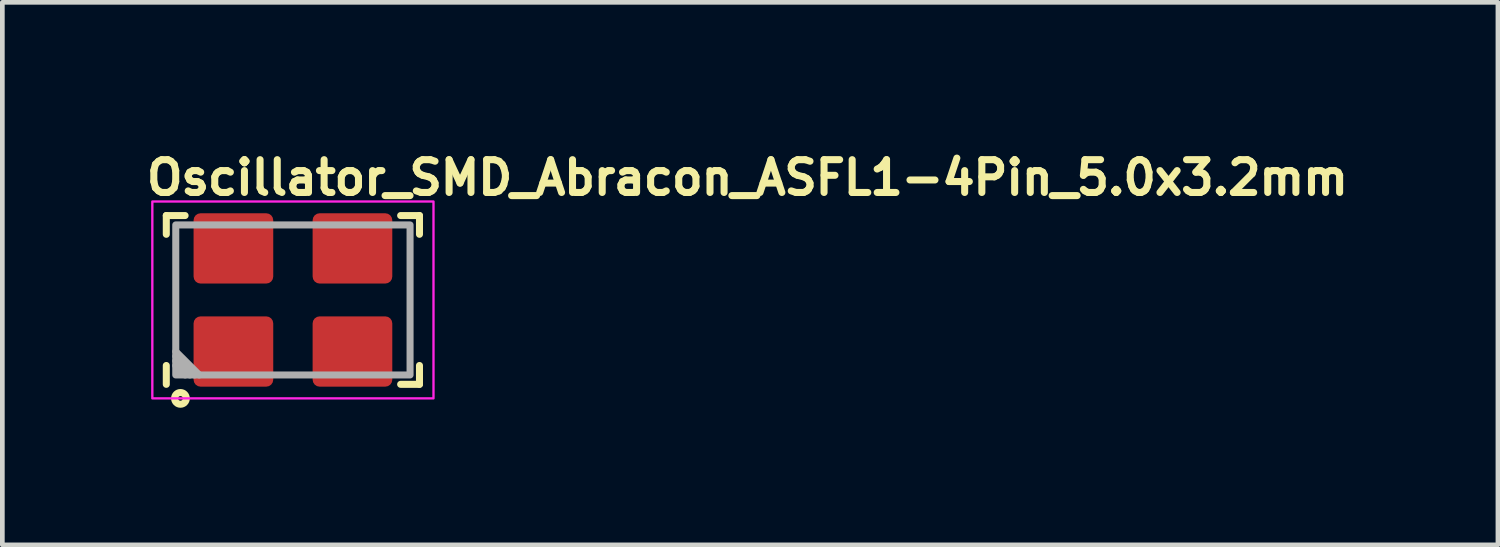
<source format=kicad_pcb>
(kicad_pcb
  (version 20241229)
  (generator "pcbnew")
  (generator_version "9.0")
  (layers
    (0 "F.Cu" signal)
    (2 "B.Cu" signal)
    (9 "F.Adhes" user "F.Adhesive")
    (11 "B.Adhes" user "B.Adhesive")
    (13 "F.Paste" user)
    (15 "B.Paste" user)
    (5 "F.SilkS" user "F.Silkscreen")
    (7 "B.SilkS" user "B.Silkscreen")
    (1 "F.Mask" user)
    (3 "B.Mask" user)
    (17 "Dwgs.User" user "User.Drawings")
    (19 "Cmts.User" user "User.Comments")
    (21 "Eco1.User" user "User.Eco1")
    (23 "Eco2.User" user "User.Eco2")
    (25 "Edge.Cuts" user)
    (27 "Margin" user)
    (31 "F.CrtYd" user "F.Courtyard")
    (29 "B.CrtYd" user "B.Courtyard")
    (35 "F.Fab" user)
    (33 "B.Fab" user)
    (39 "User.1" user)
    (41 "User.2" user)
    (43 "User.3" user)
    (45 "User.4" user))
  (footprint "Oscillator_SMD_Abracon_ASFL1-4Pin_5.0x3.2mm"
    (layer "F.Cu")
    (at 3.2 3.35)
    (property "Reference" "Oscillator_SMD_Abracon_ASFL1-4Pin_5.0x3.2mm" (at -3.2 -2.2 0) (layer "F.SilkS") (effects (font (size 0.7 0.7) (thickness 0.15)) (justify left bottom)))
    (attr smd)
    (fp_line (start -2.702 -1.801) (end -2.301 -1.801) (stroke (width 0.15) (type solid)) (layer "F.SilkS"))
    (fp_line (start -2.702 -1.401) (end -2.702 -1.801) (stroke (width 0.15) (type solid)) (layer "F.SilkS"))
    (fp_line (start -2.702 1.8) (end -2.702 1.398) (stroke (width 0.15) (type solid)) (layer "F.SilkS"))
    (fp_line (start 2.298 -1.801) (end 2.7 -1.801) (stroke (width 0.15) (type solid)) (layer "F.SilkS"))
    (fp_line (start 2.7 -1.801) (end 2.7 -1.401) (stroke (width 0.15) (type solid)) (layer "F.SilkS"))
    (fp_line (start 2.7 1.398) (end 2.7 1.8) (stroke (width 0.15) (type solid)) (layer "F.SilkS"))
    (fp_line (start 2.7 1.8) (end 2.298 1.8) (stroke (width 0.15) (type solid)) (layer "F.SilkS"))
    (fp_circle (center -2.4 2.1) (end -2.35 2.1) (stroke (width 0.15) (type solid)) (fill no) (layer "F.SilkS"))
    (fp_rect (start -3 -2.101) (end 2.999 2.1) (stroke (width 0.05) (type solid)) (fill no) (layer "F.CrtYd"))
    (fp_line (start -2.3 1.6) (end -2.5 1.4) (stroke (width 0.15) (type solid)) (layer "F.Fab"))
    (fp_line (start -2.2 1.6) (end -2.5 1.3) (stroke (width 0.15) (type solid)) (layer "F.Fab"))
    (fp_line (start -2.1 1.6) (end -2.5 1.2) (stroke (width 0.15) (type solid)) (layer "F.Fab"))
    (fp_line (start -2 1.6) (end -2.5 1.1) (stroke (width 0.15) (type solid)) (layer "F.Fab"))
    (fp_rect (start -2.5 -1.601) (end 2.499 1.6) (stroke (width 0.15) (type solid)) (fill no) (layer "F.Fab"))
    (fp_rect (start -2.5 -1.601) (end 2.499 1.6) (stroke (width 0.1) (type solid)) (fill no) (layer "User.5"))
    (fp_line (start -2.5 -1.476) (end -2.5 1.475) (stroke (width 0.02) (type solid)) (layer "User.9"))
    (fp_line (start -2.5 1.475) (end -2.495 1.475) (stroke (width 0.02) (type solid)) (layer "User.9"))
    (fp_line (start -2.495 -1.476) (end -2.5 -1.476) (stroke (width 0.02) (type solid)) (layer "User.9"))
    (fp_line (start -2.495 1.475) (end -2.488 1.475) (stroke (width 0.02) (type solid)) (layer "User.9"))
    (fp_line (start -2.488 -1.476) (end -2.495 -1.476) (stroke (width 0.02) (type solid)) (layer "User.9"))
    (fp_line (start -2.488 1.475) (end -2.483 1.475) (stroke (width 0.02) (type solid)) (layer "User.9"))
    (fp_line (start -2.483 -1.478) (end -2.488 -1.476) (stroke (width 0.02) (type solid)) (layer "User.9"))
    (fp_line (start -2.483 1.475) (end -2.476 1.477) (stroke (width 0.02) (type solid)) (layer "User.9"))
    (fp_line (start -2.476 -1.478) (end -2.483 -1.478) (stroke (width 0.02) (type solid)) (layer "User.9"))
    (fp_line (start -2.476 1.477) (end -2.471 1.477) (stroke (width 0.02) (type solid)) (layer "User.9"))
    (fp_line (start -2.471 -1.48) (end -2.476 -1.478) (stroke (width 0.02) (type solid)) (layer "User.9"))
    (fp_line (start -2.471 1.477) (end -2.464 1.479) (stroke (width 0.02) (type solid)) (layer "User.9"))
    (fp_line (start -2.464 -1.482) (end -2.471 -1.48) (stroke (width 0.02) (type solid)) (layer "User.9"))
    (fp_line (start -2.464 1.479) (end -2.459 1.481) (stroke (width 0.02) (type solid)) (layer "User.9"))
    (fp_line (start -2.459 -1.484) (end -2.464 -1.482) (stroke (width 0.02) (type solid)) (layer "User.9"))
    (fp_line (start -2.459 1.481) (end -2.453 1.483) (stroke (width 0.02) (type solid)) (layer "User.9"))
    (fp_line (start -2.453 -1.486) (end -2.459 -1.484) (stroke (width 0.02) (type solid)) (layer "User.9"))
    (fp_line (start -2.453 1.483) (end -2.448 1.485) (stroke (width 0.02) (type solid)) (layer "User.9"))
    (fp_line (start -2.448 -1.488) (end -2.453 -1.486) (stroke (width 0.02) (type solid)) (layer "User.9"))
    (fp_line (start -2.448 1.485) (end -2.443 1.489) (stroke (width 0.02) (type solid)) (layer "User.9"))
    (fp_line (start -2.443 -1.49) (end -2.448 -1.488) (stroke (width 0.02) (type solid)) (layer "User.9"))
    (fp_line (start -2.443 1.489) (end -2.436 1.491) (stroke (width 0.02) (type solid)) (layer "User.9"))
    (fp_line (start -2.436 -1.494) (end -2.443 -1.49) (stroke (width 0.02) (type solid)) (layer "User.9"))
    (fp_line (start -2.436 1.491) (end -2.431 1.495) (stroke (width 0.02) (type solid)) (layer "User.9"))
    (fp_line (start -2.431 -1.498) (end -2.436 -1.494) (stroke (width 0.02) (type solid)) (layer "User.9"))
    (fp_line (start -2.431 1.495) (end -2.427 1.499) (stroke (width 0.02) (type solid)) (layer "User.9"))
    (fp_line (start -2.427 -1.5) (end -2.431 -1.498) (stroke (width 0.02) (type solid)) (layer "User.9"))
    (fp_line (start -2.427 1.499) (end -2.422 1.503) (stroke (width 0.02) (type solid)) (layer "User.9"))
    (fp_line (start -2.426 -1.408) (end -2.426 -1.403) (stroke (width 0.02) (type solid)) (layer "User.9"))
    (fp_line (start -2.426 -1.403) (end -2.426 -1.395) (stroke (width 0.02) (type solid)) (layer "User.9"))
    (fp_line (start -2.426 -1.395) (end -2.426 1.398) (stroke (width 0.02) (type solid)) (layer "User.9"))
    (fp_line (start -2.426 1.398) (end -2.426 1.406) (stroke (width 0.02) (type solid)) (layer "User.9"))
    (fp_line (start -2.426 1.406) (end -2.426 1.411) (stroke (width 0.02) (type solid)) (layer "User.9"))
    (fp_line (start -2.426 1.411) (end -2.424 1.417) (stroke (width 0.02) (type solid)) (layer "User.9"))
    (fp_line (start -2.424 -1.414) (end -2.426 -1.408) (stroke (width 0.02) (type solid)) (layer "User.9"))
    (fp_line (start -2.424 1.417) (end -2.423 1.423) (stroke (width 0.02) (type solid)) (layer "User.9"))
    (fp_line (start -2.423 -1.426) (end -2.423 -1.42) (stroke (width 0.02) (type solid)) (layer "User.9"))
    (fp_line (start -2.423 -1.42) (end -2.424 -1.414) (stroke (width 0.02) (type solid)) (layer "User.9"))
    (fp_line (start -2.423 1.423) (end -2.423 1.429) (stroke (width 0.02) (type solid)) (layer "User.9"))
    (fp_line (start -2.423 1.429) (end -2.42 1.435) (stroke (width 0.02) (type solid)) (layer "User.9"))
    (fp_line (start -2.422 -1.504) (end -2.427 -1.5) (stroke (width 0.02) (type solid)) (layer "User.9"))
    (fp_line (start -2.422 1.503) (end -2.418 1.507) (stroke (width 0.02) (type solid)) (layer "User.9"))
    (fp_line (start -2.42 -1.432) (end -2.423 -1.426) (stroke (width 0.02) (type solid)) (layer "User.9"))
    (fp_line (start -2.42 1.435) (end -2.419 1.441) (stroke (width 0.02) (type solid)) (layer "User.9"))
    (fp_line (start -2.419 -1.438) (end -2.42 -1.432) (stroke (width 0.02) (type solid)) (layer "User.9"))
    (fp_line (start -2.419 1.441) (end -2.416 1.447) (stroke (width 0.02) (type solid)) (layer "User.9"))
    (fp_line (start -2.418 -1.508) (end -2.422 -1.504) (stroke (width 0.02) (type solid)) (layer "User.9"))
    (fp_line (start -2.418 1.507) (end -2.412 1.511) (stroke (width 0.02) (type solid)) (layer "User.9"))
    (fp_line (start -2.416 -1.444) (end -2.419 -1.438) (stroke (width 0.02) (type solid)) (layer "User.9"))
    (fp_line (start -2.416 1.447) (end -2.415 1.453) (stroke (width 0.02) (type solid)) (layer "User.9"))
    (fp_line (start -2.415 -1.45) (end -2.416 -1.444) (stroke (width 0.02) (type solid)) (layer "User.9"))
    (fp_line (start -2.415 1.453) (end -2.411 1.457) (stroke (width 0.02) (type solid)) (layer "User.9"))
    (fp_line (start -2.412 -1.512) (end -2.418 -1.508) (stroke (width 0.02) (type solid)) (layer "User.9"))
    (fp_line (start -2.412 -1.512) (end -2.412 -1.512) (stroke (width 0.02) (type solid)) (layer "User.9"))
    (fp_line (start -2.412 1.511) (end -2.412 1.511) (stroke (width 0.02) (type solid)) (layer "User.9"))
    (fp_line (start -2.412 1.511) (end -2.408 1.515) (stroke (width 0.02) (type solid)) (layer "User.9"))
    (fp_line (start -2.411 -1.454) (end -2.415 -1.45) (stroke (width 0.02) (type solid)) (layer "User.9"))
    (fp_line (start -2.411 1.457) (end -2.408 1.463) (stroke (width 0.02) (type solid)) (layer "User.9"))
    (fp_line (start -2.408 -1.518) (end -2.412 -1.512) (stroke (width 0.02) (type solid)) (layer "User.9"))
    (fp_line (start -2.408 -1.46) (end -2.411 -1.454) (stroke (width 0.02) (type solid)) (layer "User.9"))
    (fp_line (start -2.408 1.463) (end -2.404 1.469) (stroke (width 0.02) (type solid)) (layer "User.9"))
    (fp_line (start -2.408 1.515) (end -2.404 1.519) (stroke (width 0.02) (type solid)) (layer "User.9"))
    (fp_line (start -2.404 -1.522) (end -2.408 -1.518) (stroke (width 0.02) (type solid)) (layer "User.9"))
    (fp_line (start -2.404 -1.466) (end -2.408 -1.46) (stroke (width 0.02) (type solid)) (layer "User.9"))
    (fp_line (start -2.404 1.469) (end -2.402 1.473) (stroke (width 0.02) (type solid)) (layer "User.9"))
    (fp_line (start -2.404 1.519) (end -2.4 1.525) (stroke (width 0.02) (type solid)) (layer "User.9"))
    (fp_line (start -2.402 -1.47) (end -2.404 -1.466) (stroke (width 0.02) (type solid)) (layer "User.9"))
    (fp_line (start -2.402 1.473) (end -2.398 1.479) (stroke (width 0.02) (type solid)) (layer "User.9"))
    (fp_line (start -2.4 -1.526) (end -2.404 -1.522) (stroke (width 0.02) (type solid)) (layer "User.9"))
    (fp_line (start -2.4 1.525) (end -2.398 1.529) (stroke (width 0.02) (type solid)) (layer "User.9"))
    (fp_line (start -2.398 -1.532) (end -2.4 -1.526) (stroke (width 0.02) (type solid)) (layer "User.9"))
    (fp_line (start -2.398 -1.476) (end -2.402 -1.47) (stroke (width 0.02) (type solid)) (layer "User.9"))
    (fp_line (start -2.398 1.479) (end -2.394 1.483) (stroke (width 0.02) (type solid)) (layer "User.9"))
    (fp_line (start -2.398 1.529) (end -2.394 1.535) (stroke (width 0.02) (type solid)) (layer "User.9"))
    (fp_line (start -2.394 -1.536) (end -2.398 -1.532) (stroke (width 0.02) (type solid)) (layer "User.9"))
    (fp_line (start -2.394 -1.48) (end -2.398 -1.476) (stroke (width 0.02) (type solid)) (layer "User.9"))
    (fp_line (start -2.394 1.483) (end -2.39 1.487) (stroke (width 0.02) (type solid)) (layer "User.9"))
    (fp_line (start -2.394 1.535) (end -2.391 1.54) (stroke (width 0.02) (type solid)) (layer "User.9"))
    (fp_line (start -2.391 -1.543) (end -2.394 -1.536) (stroke (width 0.02) (type solid)) (layer "User.9"))
    (fp_line (start -2.391 1.54) (end -2.387 1.546) (stroke (width 0.02) (type solid)) (layer "User.9"))
    (fp_line (start -2.39 -1.484) (end -2.394 -1.48) (stroke (width 0.02) (type solid)) (layer "User.9"))
    (fp_line (start -2.39 -1.484) (end -2.39 -1.484) (stroke (width 0.02) (type solid)) (layer "User.9"))
    (fp_line (start -2.39 1.487) (end -2.39 1.487) (stroke (width 0.02) (type solid)) (layer "User.9"))
    (fp_line (start -2.39 1.487) (end -2.384 1.491) (stroke (width 0.02) (type solid)) (layer "User.9"))
    (fp_line (start -2.387 -1.547) (end -2.391 -1.543) (stroke (width 0.02) (type solid)) (layer "User.9"))
    (fp_line (start -2.387 1.546) (end -2.386 1.552) (stroke (width 0.02) (type solid)) (layer "User.9"))
    (fp_line (start -2.386 -1.553) (end -2.387 -1.547) (stroke (width 0.02) (type solid)) (layer "User.9"))
    (fp_line (start -2.386 1.552) (end -2.383 1.556) (stroke (width 0.02) (type solid)) (layer "User.9"))
    (fp_line (start -2.384 -1.488) (end -2.39 -1.484) (stroke (width 0.02) (type solid)) (layer "User.9"))
    (fp_line (start -2.384 1.491) (end -2.38 1.495) (stroke (width 0.02) (type solid)) (layer "User.9"))
    (fp_line (start -2.383 -1.559) (end -2.386 -1.553) (stroke (width 0.02) (type solid)) (layer "User.9"))
    (fp_line (start -2.383 1.556) (end -2.382 1.562) (stroke (width 0.02) (type solid)) (layer "User.9"))
    (fp_line (start -2.382 -1.565) (end -2.383 -1.559) (stroke (width 0.02) (type solid)) (layer "User.9"))
    (fp_line (start -2.382 1.562) (end -2.379 1.568) (stroke (width 0.02) (type solid)) (layer "User.9"))
    (fp_line (start -2.38 -1.492) (end -2.384 -1.488) (stroke (width 0.02) (type solid)) (layer "User.9"))
    (fp_line (start -2.38 1.495) (end -2.375 1.499) (stroke (width 0.02) (type solid)) (layer "User.9"))
    (fp_line (start -2.379 -1.577) (end -2.379 -1.571) (stroke (width 0.02) (type solid)) (layer "User.9"))
    (fp_line (start -2.379 -1.571) (end -2.382 -1.565) (stroke (width 0.02) (type solid)) (layer "User.9"))
    (fp_line (start -2.379 1.568) (end -2.379 1.574) (stroke (width 0.02) (type solid)) (layer "User.9"))
    (fp_line (start -2.379 1.574) (end -2.378 1.58) (stroke (width 0.02) (type solid)) (layer "User.9"))
    (fp_line (start -2.378 -1.583) (end -2.379 -1.577) (stroke (width 0.02) (type solid)) (layer "User.9"))
    (fp_line (start -2.378 1.58) (end -2.376 1.586) (stroke (width 0.02) (type solid)) (layer "User.9"))
    (fp_line (start -2.376 -1.595) (end -2.376 -1.589) (stroke (width 0.02) (type solid)) (layer "User.9"))
    (fp_line (start -2.376 -1.589) (end -2.378 -1.583) (stroke (width 0.02) (type solid)) (layer "User.9"))
    (fp_line (start -2.376 1.586) (end -2.376 1.592) (stroke (width 0.02) (type solid)) (layer "User.9"))
    (fp_line (start -2.376 1.592) (end -2.375 1.6) (stroke (width 0.02) (type solid)) (layer "User.9"))
    (fp_line (start -2.375 -1.601) (end -2.376 -1.595) (stroke (width 0.02) (type solid)) (layer "User.9"))
    (fp_line (start -2.375 -1.496) (end -2.38 -1.492) (stroke (width 0.02) (type solid)) (layer "User.9"))
    (fp_line (start -2.375 1.499) (end -2.371 1.503) (stroke (width 0.02) (type solid)) (layer "User.9"))
    (fp_line (start -2.375 1.6) (end -1.401 1.6) (stroke (width 0.02) (type solid)) (layer "User.9"))
    (fp_line (start -2.371 -1.5) (end -2.375 -1.496) (stroke (width 0.02) (type solid)) (layer "User.9"))
    (fp_line (start -2.371 1.503) (end -2.366 1.507) (stroke (width 0.02) (type solid)) (layer "User.9"))
    (fp_line (start -2.366 -1.504) (end -2.371 -1.5) (stroke (width 0.02) (type solid)) (layer "User.9"))
    (fp_line (start -2.366 1.507) (end -2.359 1.509) (stroke (width 0.02) (type solid)) (layer "User.9"))
    (fp_line (start -2.359 -1.506) (end -2.366 -1.504) (stroke (width 0.02) (type solid)) (layer "User.9"))
    (fp_line (start -2.359 1.509) (end -2.355 1.513) (stroke (width 0.02) (type solid)) (layer "User.9"))
    (fp_line (start -2.355 -1.51) (end -2.359 -1.506) (stroke (width 0.02) (type solid)) (layer "User.9"))
    (fp_line (start -2.355 1.513) (end -2.348 1.515) (stroke (width 0.02) (type solid)) (layer "User.9"))
    (fp_line (start -2.351 -1.339) (end -2.351 -1.333) (stroke (width 0.02) (type solid)) (layer "User.9"))
    (fp_line (start -2.351 -1.333) (end -2.351 -1.325) (stroke (width 0.02) (type solid)) (layer "User.9"))
    (fp_line (start -2.351 -1.325) (end -2.351 1.324) (stroke (width 0.02) (type solid)) (layer "User.9"))
    (fp_line (start -2.351 1.324) (end -2.351 1.33) (stroke (width 0.02) (type solid)) (layer "User.9"))
    (fp_line (start -2.351 1.33) (end -2.351 1.336) (stroke (width 0.02) (type solid)) (layer "User.9"))
    (fp_line (start -2.351 1.336) (end -2.35 1.342) (stroke (width 0.02) (type solid)) (layer "User.9"))
    (fp_line (start -2.35 -1.345) (end -2.351 -1.339) (stroke (width 0.02) (type solid)) (layer "User.9"))
    (fp_line (start -2.35 1.342) (end -2.348 1.348) (stroke (width 0.02) (type solid)) (layer "User.9"))
    (fp_line (start -2.348 -1.512) (end -2.355 -1.51) (stroke (width 0.02) (type solid)) (layer "User.9"))
    (fp_line (start -2.348 -1.351) (end -2.35 -1.345) (stroke (width 0.02) (type solid)) (layer "User.9"))
    (fp_line (start -2.348 1.348) (end -2.347 1.354) (stroke (width 0.02) (type solid)) (layer "User.9"))
    (fp_line (start -2.348 1.515) (end -2.343 1.517) (stroke (width 0.02) (type solid)) (layer "User.9"))
    (fp_line (start -2.347 -1.357) (end -2.348 -1.351) (stroke (width 0.02) (type solid)) (layer "User.9"))
    (fp_line (start -2.347 1.354) (end -2.346 1.36) (stroke (width 0.02) (type solid)) (layer "User.9"))
    (fp_line (start -2.346 -1.363) (end -2.347 -1.357) (stroke (width 0.02) (type solid)) (layer "User.9"))
    (fp_line (start -2.346 1.36) (end -2.343 1.366) (stroke (width 0.02) (type solid)) (layer "User.9"))
    (fp_line (start -2.343 -1.514) (end -2.348 -1.512) (stroke (width 0.02) (type solid)) (layer "User.9"))
    (fp_line (start -2.343 -1.369) (end -2.346 -1.363) (stroke (width 0.02) (type solid)) (layer "User.9"))
    (fp_line (start -2.343 1.366) (end -2.342 1.372) (stroke (width 0.02) (type solid)) (layer "User.9"))
    (fp_line (start -2.343 1.517) (end -2.338 1.519) (stroke (width 0.02) (type solid)) (layer "User.9"))
    (fp_line (start -2.342 -1.373) (end -2.343 -1.369) (stroke (width 0.02) (type solid)) (layer "User.9"))
    (fp_line (start -2.342 1.372) (end -2.339 1.378) (stroke (width 0.02) (type solid)) (layer "User.9"))
    (fp_line (start -2.339 -1.379) (end -2.342 -1.373) (stroke (width 0.02) (type solid)) (layer "User.9"))
    (fp_line (start -2.339 1.378) (end -2.336 1.382) (stroke (width 0.02) (type solid)) (layer "User.9"))
    (fp_line (start -2.338 -1.516) (end -2.343 -1.514) (stroke (width 0.02) (type solid)) (layer "User.9"))
    (fp_line (start -2.338 1.519) (end -2.331 1.521) (stroke (width 0.02) (type solid)) (layer "User.9"))
    (fp_line (start -2.336 -1.385) (end -2.339 -1.379) (stroke (width 0.02) (type solid)) (layer "User.9"))
    (fp_line (start -2.336 1.382) (end -2.334 1.388) (stroke (width 0.02) (type solid)) (layer "User.9"))
    (fp_line (start -2.334 -1.391) (end -2.336 -1.385) (stroke (width 0.02) (type solid)) (layer "User.9"))
    (fp_line (start -2.334 1.388) (end -2.33 1.394) (stroke (width 0.02) (type solid)) (layer "User.9"))
    (fp_line (start -2.331 -1.518) (end -2.338 -1.516) (stroke (width 0.02) (type solid)) (layer "User.9"))
    (fp_line (start -2.331 1.521) (end -2.326 1.521) (stroke (width 0.02) (type solid)) (layer "User.9"))
    (fp_line (start -2.33 -1.395) (end -2.334 -1.391) (stroke (width 0.02) (type solid)) (layer "User.9"))
    (fp_line (start -2.33 1.394) (end -2.327 1.398) (stroke (width 0.02) (type solid)) (layer "User.9"))
    (fp_line (start -2.327 -1.401) (end -2.33 -1.395) (stroke (width 0.02) (type solid)) (layer "User.9"))
    (fp_line (start -2.327 1.398) (end -2.323 1.404) (stroke (width 0.02) (type solid)) (layer "User.9"))
    (fp_line (start -2.326 -1.518) (end -2.331 -1.518) (stroke (width 0.02) (type solid)) (layer "User.9"))
    (fp_line (start -2.326 1.521) (end -2.319 1.523) (stroke (width 0.02) (type solid)) (layer "User.9"))
    (fp_line (start -2.323 -1.405) (end -2.327 -1.401) (stroke (width 0.02) (type solid)) (layer "User.9"))
    (fp_line (start -2.323 1.404) (end -2.319 1.407) (stroke (width 0.02) (type solid)) (layer "User.9"))
    (fp_line (start -2.319 -1.52) (end -2.326 -1.518) (stroke (width 0.02) (type solid)) (layer "User.9"))
    (fp_line (start -2.319 -1.41) (end -2.323 -1.405) (stroke (width 0.02) (type solid)) (layer "User.9"))
    (fp_line (start -2.319 1.407) (end -2.315 1.413) (stroke (width 0.02) (type solid)) (layer "User.9"))
    (fp_line (start -2.319 1.523) (end -2.314 1.523) (stroke (width 0.02) (type solid)) (layer "User.9"))
    (fp_line (start -2.315 -1.414) (end -2.319 -1.41) (stroke (width 0.02) (type solid)) (layer "User.9"))
    (fp_line (start -2.315 -1.414) (end -2.315 -1.414) (stroke (width 0.02) (type solid)) (layer "User.9"))
    (fp_line (start -2.315 1.413) (end -2.315 1.413) (stroke (width 0.02) (type solid)) (layer "User.9"))
    (fp_line (start -2.315 1.413) (end -2.31 1.417) (stroke (width 0.02) (type solid)) (layer "User.9"))
    (fp_line (start -2.314 -1.52) (end -2.319 -1.52) (stroke (width 0.02) (type solid)) (layer "User.9"))
    (fp_line (start -2.314 1.523) (end -2.307 1.523) (stroke (width 0.02) (type solid)) (layer "User.9"))
    (fp_line (start -2.31 -1.418) (end -2.315 -1.414) (stroke (width 0.02) (type solid)) (layer "User.9"))
    (fp_line (start -2.31 1.417) (end -2.306 1.421) (stroke (width 0.02) (type solid)) (layer "User.9"))
    (fp_line (start -2.307 -1.52) (end -2.314 -1.52) (stroke (width 0.02) (type solid)) (layer "User.9"))
    (fp_line (start -2.307 1.523) (end -2.301 1.523) (stroke (width 0.02) (type solid)) (layer "User.9"))
    (fp_line (start -2.306 -1.422) (end -2.31 -1.418) (stroke (width 0.02) (type solid)) (layer "User.9"))
    (fp_line (start -2.306 1.421) (end -2.301 1.425) (stroke (width 0.02) (type solid)) (layer "User.9"))
    (fp_line (start -2.301 -1.52) (end -2.307 -1.52) (stroke (width 0.02) (type solid)) (layer "User.9"))
    (fp_line (start -2.301 -1.426) (end -2.306 -1.422) (stroke (width 0.02) (type solid)) (layer "User.9"))
    (fp_line (start -2.301 1.425) (end -2.295 1.427) (stroke (width 0.02) (type solid)) (layer "User.9"))
    (fp_line (start -2.301 1.523) (end -1.381 1.523) (stroke (width 0.02) (type solid)) (layer "User.9"))
    (fp_line (start -2.295 -1.43) (end -2.301 -1.426) (stroke (width 0.02) (type solid)) (layer "User.9"))
    (fp_line (start -2.295 1.427) (end -2.29 1.431) (stroke (width 0.02) (type solid)) (layer "User.9"))
    (fp_line (start -2.29 -1.434) (end -2.295 -1.43) (stroke (width 0.02) (type solid)) (layer "User.9"))
    (fp_line (start -2.29 1.431) (end -2.285 1.435) (stroke (width 0.02) (type solid)) (layer "User.9"))
    (fp_line (start -2.285 -1.436) (end -2.29 -1.434) (stroke (width 0.02) (type solid)) (layer "User.9"))
    (fp_line (start -2.285 1.435) (end -2.279 1.437) (stroke (width 0.02) (type solid)) (layer "User.9"))
    (fp_line (start -2.279 -1.44) (end -2.285 -1.436) (stroke (width 0.02) (type solid)) (layer "User.9"))
    (fp_line (start -2.279 1.437) (end -2.274 1.439) (stroke (width 0.02) (type solid)) (layer "User.9"))
    (fp_line (start -2.274 -1.442) (end -2.279 -1.44) (stroke (width 0.02) (type solid)) (layer "User.9"))
    (fp_line (start -2.274 1.439) (end -2.269 1.441) (stroke (width 0.02) (type solid)) (layer "User.9"))
    (fp_line (start -2.269 -1.444) (end -2.274 -1.442) (stroke (width 0.02) (type solid)) (layer "User.9"))
    (fp_line (start -2.269 1.441) (end -2.262 1.443) (stroke (width 0.02) (type solid)) (layer "User.9"))
    (fp_line (start -2.262 -1.446) (end -2.269 -1.444) (stroke (width 0.02) (type solid)) (layer "User.9"))
    (fp_line (start -2.262 1.443) (end -2.257 1.445) (stroke (width 0.02) (type solid)) (layer "User.9"))
    (fp_line (start -2.257 -1.448) (end -2.262 -1.446) (stroke (width 0.02) (type solid)) (layer "User.9"))
    (fp_line (start -2.257 1.445) (end -2.25 1.447) (stroke (width 0.02) (type solid)) (layer "User.9"))
    (fp_line (start -2.25 -1.448) (end -2.257 -1.448) (stroke (width 0.02) (type solid)) (layer "User.9"))
    (fp_line (start -2.25 1.447) (end -2.245 1.447) (stroke (width 0.02) (type solid)) (layer "User.9"))
    (fp_line (start -2.245 -1.45) (end -2.25 -1.448) (stroke (width 0.02) (type solid)) (layer "User.9"))
    (fp_line (start -2.245 1.447) (end -2.238 1.449) (stroke (width 0.02) (type solid)) (layer "User.9"))
    (fp_line (start -2.238 -1.45) (end -2.245 -1.45) (stroke (width 0.02) (type solid)) (layer "User.9"))
    (fp_line (start -2.238 1.449) (end -2.233 1.449) (stroke (width 0.02) (type solid)) (layer "User.9"))
    (fp_line (start -2.233 -1.45) (end -2.238 -1.45) (stroke (width 0.02) (type solid)) (layer "User.9"))
    (fp_line (start -2.233 1.449) (end -2.226 1.449) (stroke (width 0.02) (type solid)) (layer "User.9"))
    (fp_line (start -2.226 -1.45) (end -2.233 -1.45) (stroke (width 0.02) (type solid)) (layer "User.9"))
    (fp_line (start -2.226 1.449) (end 2.225 1.449) (stroke (width 0.02) (type solid)) (layer "User.9"))
    (fp_line (start -1.43 0.343) (end -1.053 -0.452) (stroke (width 0.02) (type solid)) (layer "User.9"))
    (fp_line (start -1.401 -1.601) (end -2.375 -1.601) (stroke (width 0.02) (type solid)) (layer "User.9"))
    (fp_line (start -1.401 -1.601) (end -1.401 -1.595) (stroke (width 0.02) (type solid)) (layer "User.9"))
    (fp_line (start -1.401 -1.595) (end -1.401 -1.591) (stroke (width 0.02) (type solid)) (layer "User.9"))
    (fp_line (start -1.401 -1.591) (end -1.401 -1.585) (stroke (width 0.02) (type solid)) (layer "User.9"))
    (fp_line (start -1.401 -1.585) (end -1.399 -1.579) (stroke (width 0.02) (type solid)) (layer "User.9"))
    (fp_line (start -1.401 1.584) (end -1.401 1.59) (stroke (width 0.02) (type solid)) (layer "User.9"))
    (fp_line (start -1.401 1.59) (end -1.401 1.594) (stroke (width 0.02) (type solid)) (layer "User.9"))
    (fp_line (start -1.401 1.594) (end -1.401 1.6) (stroke (width 0.02) (type solid)) (layer "User.9"))
    (fp_line (start -1.399 -1.579) (end -1.399 -1.575) (stroke (width 0.02) (type solid)) (layer "User.9"))
    (fp_line (start -1.399 -1.575) (end -1.397 -1.569) (stroke (width 0.02) (type solid)) (layer "User.9"))
    (fp_line (start -1.399 1.57) (end -1.399 1.574) (stroke (width 0.02) (type solid)) (layer "User.9"))
    (fp_line (start -1.399 1.574) (end -1.399 1.58) (stroke (width 0.02) (type solid)) (layer "User.9"))
    (fp_line (start -1.399 1.58) (end -1.401 1.584) (stroke (width 0.02) (type solid)) (layer "User.9"))
    (fp_line (start -1.397 -1.569) (end -1.397 -1.565) (stroke (width 0.02) (type solid)) (layer "User.9"))
    (fp_line (start -1.397 -1.565) (end -1.395 -1.559) (stroke (width 0.02) (type solid)) (layer "User.9"))
    (fp_line (start -1.397 1.564) (end -1.399 1.57) (stroke (width 0.02) (type solid)) (layer "User.9"))
    (fp_line (start -1.395 -1.559) (end -1.393 -1.555) (stroke (width 0.02) (type solid)) (layer "User.9"))
    (fp_line (start -1.395 1.556) (end -1.395 1.56) (stroke (width 0.02) (type solid)) (layer "User.9"))
    (fp_line (start -1.395 1.56) (end -1.397 1.564) (stroke (width 0.02) (type solid)) (layer "User.9"))
    (fp_line (start -1.393 -1.555) (end -1.391 -1.549) (stroke (width 0.02) (type solid)) (layer "User.9"))
    (fp_line (start -1.393 1.55) (end -1.395 1.556) (stroke (width 0.02) (type solid)) (layer "User.9"))
    (fp_line (start -1.391 -1.549) (end -1.389 -1.545) (stroke (width 0.02) (type solid)) (layer "User.9"))
    (fp_line (start -1.391 1.546) (end -1.393 1.55) (stroke (width 0.02) (type solid)) (layer "User.9"))
    (fp_line (start -1.389 -1.545) (end -1.387 -1.539) (stroke (width 0.02) (type solid)) (layer "User.9"))
    (fp_line (start -1.389 1.542) (end -1.391 1.546) (stroke (width 0.02) (type solid)) (layer "User.9"))
    (fp_line (start -1.387 -1.539) (end -1.385 -1.534) (stroke (width 0.02) (type solid)) (layer "User.9"))
    (fp_line (start -1.387 1.538) (end -1.389 1.542) (stroke (width 0.02) (type solid)) (layer "User.9"))
    (fp_line (start -1.385 -1.534) (end -1.383 -1.53) (stroke (width 0.02) (type solid)) (layer "User.9"))
    (fp_line (start -1.385 1.533) (end -1.387 1.538) (stroke (width 0.02) (type solid)) (layer "User.9"))
    (fp_line (start -1.383 -1.53) (end -1.381 -1.526) (stroke (width 0.02) (type solid)) (layer "User.9"))
    (fp_line (start -1.383 1.529) (end -1.385 1.533) (stroke (width 0.02) (type solid)) (layer "User.9"))
    (fp_line (start -1.381 -1.526) (end -1.377 -1.52) (stroke (width 0.02) (type solid)) (layer "User.9"))
    (fp_line (start -1.381 1.523) (end -1.383 1.529) (stroke (width 0.02) (type solid)) (layer "User.9"))
    (fp_line (start -1.377 -1.52) (end -2.301 -1.52) (stroke (width 0.02) (type solid)) (layer "User.9"))
    (fp_line (start -1.377 -1.52) (end -1.375 -1.516) (stroke (width 0.02) (type solid)) (layer "User.9"))
    (fp_line (start -1.375 -1.516) (end -1.373 -1.514) (stroke (width 0.02) (type solid)) (layer "User.9"))
    (fp_line (start -1.375 1.515) (end -1.381 1.523) (stroke (width 0.02) (type solid)) (layer "User.9"))
    (fp_line (start -1.373 -1.514) (end -1.369 -1.51) (stroke (width 0.02) (type solid)) (layer "User.9"))
    (fp_line (start -1.369 -1.51) (end -1.367 -1.506) (stroke (width 0.02) (type solid)) (layer "User.9"))
    (fp_line (start -1.369 1.507) (end -1.375 1.515) (stroke (width 0.02) (type solid)) (layer "User.9"))
    (fp_line (start -1.367 -1.506) (end -1.361 -1.498) (stroke (width 0.02) (type solid)) (layer "User.9"))
    (fp_line (start -1.363 1.499) (end -1.369 1.507) (stroke (width 0.02) (type solid)) (layer "User.9"))
    (fp_line (start -1.361 -1.498) (end -1.353 -1.492) (stroke (width 0.02) (type solid)) (layer "User.9"))
    (fp_line (start -1.357 1.493) (end -1.363 1.499) (stroke (width 0.02) (type solid)) (layer "User.9"))
    (fp_line (start -1.353 -1.492) (end -1.347 -1.486) (stroke (width 0.02) (type solid)) (layer "User.9"))
    (fp_line (start -1.351 0.343) (end -1.43 0.343) (stroke (width 0.02) (type solid)) (layer "User.9"))
    (fp_line (start -1.349 1.487) (end -1.357 1.493) (stroke (width 0.02) (type solid)) (layer "User.9"))
    (fp_line (start -1.347 -1.486) (end -1.339 -1.48) (stroke (width 0.02) (type solid)) (layer "User.9"))
    (fp_line (start -1.343 1.479) (end -1.349 1.487) (stroke (width 0.02) (type solid)) (layer "User.9"))
    (fp_line (start -1.339 -1.48) (end -1.331 -1.474) (stroke (width 0.02) (type solid)) (layer "User.9"))
    (fp_line (start -1.335 1.475) (end -1.343 1.479) (stroke (width 0.02) (type solid)) (layer "User.9"))
    (fp_line (start -1.331 -1.474) (end -1.323 -1.47) (stroke (width 0.02) (type solid)) (layer "User.9"))
    (fp_line (start -1.325 1.469) (end -1.335 1.475) (stroke (width 0.02) (type solid)) (layer "User.9"))
    (fp_line (start -1.323 -1.47) (end -1.315 -1.466) (stroke (width 0.02) (type solid)) (layer "User.9"))
    (fp_line (start -1.317 1.465) (end -1.325 1.469) (stroke (width 0.02) (type solid)) (layer "User.9"))
    (fp_line (start -1.315 -1.466) (end -1.307 -1.462) (stroke (width 0.02) (type solid)) (layer "User.9"))
    (fp_line (start -1.309 1.461) (end -1.317 1.465) (stroke (width 0.02) (type solid)) (layer "User.9"))
    (fp_line (start -1.307 -1.462) (end -1.297 -1.458) (stroke (width 0.02) (type solid)) (layer "User.9"))
    (fp_line (start -1.299 1.457) (end -1.309 1.461) (stroke (width 0.02) (type solid)) (layer "User.9"))
    (fp_line (start -1.297 -1.458) (end -1.289 -1.456) (stroke (width 0.02) (type solid)) (layer "User.9"))
    (fp_line (start -1.291 1.455) (end -1.299 1.457) (stroke (width 0.02) (type solid)) (layer "User.9"))
    (fp_line (start -1.289 -1.456) (end -1.28 -1.454) (stroke (width 0.02) (type solid)) (layer "User.9"))
    (fp_line (start -1.28 -1.454) (end -1.27 -1.452) (stroke (width 0.02) (type solid)) (layer "User.9"))
    (fp_line (start -1.28 1.451) (end -1.291 1.455) (stroke (width 0.02) (type solid)) (layer "User.9"))
    (fp_line (start -1.27 -1.452) (end -1.266 -1.452) (stroke (width 0.02) (type solid)) (layer "User.9"))
    (fp_line (start -1.27 1.451) (end -1.28 1.451) (stroke (width 0.02) (type solid)) (layer "User.9"))
    (fp_line (start -1.266 -1.452) (end -1.26 -1.452) (stroke (width 0.02) (type solid)) (layer "User.9"))
    (fp_line (start -1.26 -1.452) (end -1.256 -1.452) (stroke (width 0.02) (type solid)) (layer "User.9"))
    (fp_line (start -1.26 1.449) (end -1.27 1.451) (stroke (width 0.02) (type solid)) (layer "User.9"))
    (fp_line (start -1.256 -1.452) (end -1.25 -1.45) (stroke (width 0.02) (type solid)) (layer "User.9"))
    (fp_line (start -1.25 -1.45) (end -1.242 -1.452) (stroke (width 0.02) (type solid)) (layer "User.9"))
    (fp_line (start -1.25 1.449) (end -1.26 1.449) (stroke (width 0.02) (type solid)) (layer "User.9"))
    (fp_line (start -1.246 1.449) (end -1.25 1.449) (stroke (width 0.02) (type solid)) (layer "User.9"))
    (fp_line (start -1.242 -1.452) (end -1.232 -1.452) (stroke (width 0.02) (type solid)) (layer "User.9"))
    (fp_line (start -1.242 1.449) (end -1.246 1.449) (stroke (width 0.02) (type solid)) (layer "User.9"))
    (fp_line (start -1.236 1.449) (end -1.242 1.449) (stroke (width 0.02) (type solid)) (layer "User.9"))
    (fp_line (start -1.232 -1.452) (end -1.222 -1.454) (stroke (width 0.02) (type solid)) (layer "User.9"))
    (fp_line (start -1.232 0.088) (end -1.351 0.343) (stroke (width 0.02) (type solid)) (layer "User.9"))
    (fp_line (start -1.232 1.451) (end -1.236 1.449) (stroke (width 0.02) (type solid)) (layer "User.9"))
    (fp_line (start -1.226 1.451) (end -1.232 1.451) (stroke (width 0.02) (type solid)) (layer "User.9"))
    (fp_line (start -1.222 -1.454) (end -1.214 -1.456) (stroke (width 0.02) (type solid)) (layer "User.9"))
    (fp_line (start -1.222 1.451) (end -1.226 1.451) (stroke (width 0.02) (type solid)) (layer "User.9"))
    (fp_line (start -1.216 1.453) (end -1.222 1.451) (stroke (width 0.02) (type solid)) (layer "User.9"))
    (fp_line (start -1.214 -1.456) (end -1.204 -1.458) (stroke (width 0.02) (type solid)) (layer "User.9"))
    (fp_line (start -1.212 1.455) (end -1.216 1.453) (stroke (width 0.02) (type solid)) (layer "User.9"))
    (fp_line (start -1.208 1.455) (end -1.212 1.455) (stroke (width 0.02) (type solid)) (layer "User.9"))
    (fp_line (start -1.204 -1.458) (end -1.196 -1.462) (stroke (width 0.02) (type solid)) (layer "User.9"))
    (fp_line (start -1.202 1.457) (end -1.208 1.455) (stroke (width 0.02) (type solid)) (layer "User.9"))
    (fp_line (start -1.198 1.459) (end -1.202 1.457) (stroke (width 0.02) (type solid)) (layer "User.9"))
    (fp_line (start -1.196 -1.462) (end -1.186 -1.466) (stroke (width 0.02) (type solid)) (layer "User.9"))
    (fp_line (start -1.194 1.461) (end -1.198 1.459) (stroke (width 0.02) (type solid)) (layer "User.9"))
    (fp_line (start -1.192 0.007) (end -0.909 0.007) (stroke (width 0.02) (type solid)) (layer "User.9"))
    (fp_line (start -1.188 1.463) (end -1.194 1.461) (stroke (width 0.02) (type solid)) (layer "User.9"))
    (fp_line (start -1.186 -1.466) (end -1.178 -1.47) (stroke (width 0.02) (type solid)) (layer "User.9"))
    (fp_line (start -1.184 1.465) (end -1.188 1.463) (stroke (width 0.02) (type solid)) (layer "User.9"))
    (fp_line (start -1.18 1.467) (end -1.184 1.465) (stroke (width 0.02) (type solid)) (layer "User.9"))
    (fp_line (start -1.178 -1.47) (end -1.17 -1.474) (stroke (width 0.02) (type solid)) (layer "User.9"))
    (fp_line (start -1.176 1.469) (end -1.18 1.467) (stroke (width 0.02) (type solid)) (layer "User.9"))
    (fp_line (start -1.172 1.471) (end -1.176 1.469) (stroke (width 0.02) (type solid)) (layer "User.9"))
    (fp_line (start -1.17 -1.474) (end -1.162 -1.48) (stroke (width 0.02) (type solid)) (layer "User.9"))
    (fp_line (start -1.168 1.475) (end -1.172 1.471) (stroke (width 0.02) (type solid)) (layer "User.9"))
    (fp_line (start -1.164 1.477) (end -1.168 1.475) (stroke (width 0.02) (type solid)) (layer "User.9"))
    (fp_line (start -1.162 -1.48) (end -1.156 -1.486) (stroke (width 0.02) (type solid)) (layer "User.9"))
    (fp_line (start -1.16 1.479) (end -1.164 1.477) (stroke (width 0.02) (type solid)) (layer "User.9"))
    (fp_line (start -1.156 -1.486) (end -1.149 -1.492) (stroke (width 0.02) (type solid)) (layer "User.9"))
    (fp_line (start -1.156 1.483) (end -1.16 1.479) (stroke (width 0.02) (type solid)) (layer "User.9"))
    (fp_line (start -1.153 1.487) (end -1.156 1.483) (stroke (width 0.02) (type solid)) (layer "User.9"))
    (fp_line (start -1.149 -1.492) (end -1.141 -1.498) (stroke (width 0.02) (type solid)) (layer "User.9"))
    (fp_line (start -1.149 1.489) (end -1.153 1.487) (stroke (width 0.02) (type solid)) (layer "User.9"))
    (fp_line (start -1.145 1.493) (end -1.149 1.489) (stroke (width 0.02) (type solid)) (layer "User.9"))
    (fp_line (start -1.141 -1.498) (end -1.135 -1.506) (stroke (width 0.02) (type solid)) (layer "User.9"))
    (fp_line (start -1.141 1.497) (end -1.145 1.493) (stroke (width 0.02) (type solid)) (layer "User.9"))
    (fp_line (start -1.139 1.499) (end -1.141 1.497) (stroke (width 0.02) (type solid)) (layer "User.9"))
    (fp_line (start -1.135 -1.506) (end -1.129 -1.514) (stroke (width 0.02) (type solid)) (layer "User.9"))
    (fp_line (start -1.135 1.503) (end -1.139 1.499) (stroke (width 0.02) (type solid)) (layer "User.9"))
    (fp_line (start -1.133 1.507) (end -1.135 1.503) (stroke (width 0.02) (type solid)) (layer "User.9"))
    (fp_line (start -1.129 -1.514) (end -1.125 -1.52) (stroke (width 0.02) (type solid)) (layer "User.9"))
    (fp_line (start -1.129 1.511) (end -1.133 1.507) (stroke (width 0.02) (type solid)) (layer "User.9"))
    (fp_line (start -1.127 1.515) (end -1.129 1.511) (stroke (width 0.02) (type solid)) (layer "User.9"))
    (fp_line (start -1.125 -1.52) (end -1.121 -1.526) (stroke (width 0.02) (type solid)) (layer "User.9"))
    (fp_line (start -1.123 1.519) (end -1.127 1.515) (stroke (width 0.02) (type solid)) (layer "User.9"))
    (fp_line (start -1.121 -1.526) (end -1.119 -1.53) (stroke (width 0.02) (type solid)) (layer "User.9"))
    (fp_line (start -1.121 1.523) (end -1.123 1.519) (stroke (width 0.02) (type solid)) (layer "User.9"))
    (fp_line (start -1.121 1.523) (end 1.12 1.523) (stroke (width 0.02) (type solid)) (layer "User.9"))
    (fp_line (start -1.119 -1.53) (end -1.117 -1.534) (stroke (width 0.02) (type solid)) (layer "User.9"))
    (fp_line (start -1.119 1.529) (end -1.121 1.525) (stroke (width 0.02) (type solid)) (layer "User.9"))
    (fp_line (start -1.117 -1.534) (end -1.115 -1.539) (stroke (width 0.02) (type solid)) (layer "User.9"))
    (fp_line (start -1.117 1.533) (end -1.119 1.529) (stroke (width 0.02) (type solid)) (layer "User.9"))
    (fp_line (start -1.115 -1.539) (end -1.113 -1.545) (stroke (width 0.02) (type solid)) (layer "User.9"))
    (fp_line (start -1.115 1.538) (end -1.117 1.533) (stroke (width 0.02) (type solid)) (layer "User.9"))
    (fp_line (start -1.113 -1.545) (end -1.111 -1.549) (stroke (width 0.02) (type solid)) (layer "User.9"))
    (fp_line (start -1.113 1.542) (end -1.115 1.538) (stroke (width 0.02) (type solid)) (layer "User.9"))
    (fp_line (start -1.111 -1.549) (end -1.109 -1.555) (stroke (width 0.02) (type solid)) (layer "User.9"))
    (fp_line (start -1.111 1.546) (end -1.113 1.542) (stroke (width 0.02) (type solid)) (layer "User.9"))
    (fp_line (start -1.109 -1.555) (end -1.107 -1.559) (stroke (width 0.02) (type solid)) (layer "User.9"))
    (fp_line (start -1.109 1.55) (end -1.111 1.546) (stroke (width 0.02) (type solid)) (layer "User.9"))
    (fp_line (start -1.107 -1.559) (end -1.105 -1.565) (stroke (width 0.02) (type solid)) (layer "User.9"))
    (fp_line (start -1.107 1.556) (end -1.109 1.55) (stroke (width 0.02) (type solid)) (layer "User.9"))
    (fp_line (start -1.107 1.56) (end -1.107 1.556) (stroke (width 0.02) (type solid)) (layer "User.9"))
    (fp_line (start -1.105 -1.569) (end -1.103 -1.575) (stroke (width 0.02) (type solid)) (layer "User.9"))
    (fp_line (start -1.105 -1.565) (end -1.105 -1.569) (stroke (width 0.02) (type solid)) (layer "User.9"))
    (fp_line (start -1.105 1.564) (end -1.107 1.56) (stroke (width 0.02) (type solid)) (layer "User.9"))
    (fp_line (start -1.103 -1.579) (end -1.101 -1.585) (stroke (width 0.02) (type solid)) (layer "User.9"))
    (fp_line (start -1.103 -1.575) (end -1.103 -1.579) (stroke (width 0.02) (type solid)) (layer "User.9"))
    (fp_line (start -1.103 1.57) (end -1.105 1.564) (stroke (width 0.02) (type solid)) (layer "User.9"))
    (fp_line (start -1.103 1.574) (end -1.103 1.57) (stroke (width 0.02) (type solid)) (layer "User.9"))
    (fp_line (start -1.103 1.58) (end -1.103 1.574) (stroke (width 0.02) (type solid)) (layer "User.9"))
    (fp_line (start -1.101 -1.595) (end -1.101 -1.601) (stroke (width 0.02) (type solid)) (layer "User.9"))
    (fp_line (start -1.101 -1.591) (end -1.101 -1.595) (stroke (width 0.02) (type solid)) (layer "User.9"))
    (fp_line (start -1.101 -1.585) (end -1.101 -1.591) (stroke (width 0.02) (type solid)) (layer "User.9"))
    (fp_line (start -1.101 1.584) (end -1.103 1.58) (stroke (width 0.02) (type solid)) (layer "User.9"))
    (fp_line (start -1.101 1.59) (end -1.101 1.584) (stroke (width 0.02) (type solid)) (layer "User.9"))
    (fp_line (start -1.101 1.594) (end -1.101 1.59) (stroke (width 0.02) (type solid)) (layer "User.9"))
    (fp_line (start -1.101 1.6) (end -1.101 1.594) (stroke (width 0.02) (type solid)) (layer "User.9"))
    (fp_line (start -1.101 1.6) (end 1.1 1.6) (stroke (width 0.02) (type solid)) (layer "User.9"))
    (fp_line (start -1.053 -0.452) (end -1.043 -0.452) (stroke (width 0.02) (type solid)) (layer "User.9"))
    (fp_line (start -1.049 -0.296) (end -1.192 0.007) (stroke (width 0.02) (type solid)) (layer "User.9"))
    (fp_line (start -1.043 -0.452) (end -0.677 0.343) (stroke (width 0.02) (type solid)) (layer "User.9"))
    (fp_line (start -0.909 0.007) (end -1.049 -0.296) (stroke (width 0.02) (type solid)) (layer "User.9"))
    (fp_line (start -0.871 0.088) (end -1.232 0.088) (stroke (width 0.02) (type solid)) (layer "User.9"))
    (fp_line (start -0.754 0.343) (end -0.871 0.088) (stroke (width 0.02) (type solid)) (layer "User.9"))
    (fp_line (start -0.677 0.343) (end -0.754 0.343) (stroke (width 0.02) (type solid)) (layer "User.9"))
    (fp_line (start -0.615 0.189) (end -0.549 0.149) (stroke (width 0.02) (type solid)) (layer "User.9"))
    (fp_line (start -0.611 0.199) (end -0.615 0.189) (stroke (width 0.02) (type solid)) (layer "User.9"))
    (fp_line (start -0.606 0.207) (end -0.611 0.199) (stroke (width 0.02) (type solid)) (layer "User.9"))
    (fp_line (start -0.601 0.215) (end -0.606 0.207) (stroke (width 0.02) (type solid)) (layer "User.9"))
    (fp_line (start -0.596 0.224) (end -0.601 0.215) (stroke (width 0.02) (type solid)) (layer "User.9"))
    (fp_line (start -0.591 0.232) (end -0.596 0.224) (stroke (width 0.02) (type solid)) (layer "User.9"))
    (fp_line (start -0.585 0.239) (end -0.591 0.232) (stroke (width 0.02) (type solid)) (layer "User.9"))
    (fp_line (start -0.58 0.247) (end -0.585 0.239) (stroke (width 0.02) (type solid)) (layer "User.9"))
    (fp_line (start -0.575 0.256) (end -0.58 0.247) (stroke (width 0.02) (type solid)) (layer "User.9"))
    (fp_line (start -0.569 0.264) (end -0.575 0.256) (stroke (width 0.02) (type solid)) (layer "User.9"))
    (fp_line (start -0.565 -0.295) (end -0.564 -0.305) (stroke (width 0.02) (type solid)) (layer "User.9"))
    (fp_line (start -0.565 -0.287) (end -0.565 -0.295) (stroke (width 0.02) (type solid)) (layer "User.9"))
    (fp_line (start -0.565 -0.278) (end -0.565 -0.287) (stroke (width 0.02) (type solid)) (layer "User.9"))
    (fp_line (start -0.564 -0.305) (end -0.563 -0.314) (stroke (width 0.02) (type solid)) (layer "User.9"))
    (fp_line (start -0.564 -0.27) (end -0.565 -0.278) (stroke (width 0.02) (type solid)) (layer "User.9"))
    (fp_line (start -0.563 -0.314) (end -0.562 -0.324) (stroke (width 0.02) (type solid)) (layer "User.9"))
    (fp_line (start -0.563 -0.262) (end -0.564 -0.27) (stroke (width 0.02) (type solid)) (layer "User.9"))
    (fp_line (start -0.563 0.271) (end -0.569 0.264) (stroke (width 0.02) (type solid)) (layer "User.9"))
    (fp_line (start -0.562 -0.324) (end -0.56 -0.333) (stroke (width 0.02) (type solid)) (layer "User.9"))
    (fp_line (start -0.562 -0.253) (end -0.563 -0.262) (stroke (width 0.02) (type solid)) (layer "User.9"))
    (fp_line (start -0.56 -0.333) (end -0.557 -0.342) (stroke (width 0.02) (type solid)) (layer "User.9"))
    (fp_line (start -0.56 -0.245) (end -0.562 -0.253) (stroke (width 0.02) (type solid)) (layer "User.9"))
    (fp_line (start -0.558 -0.238) (end -0.56 -0.245) (stroke (width 0.02) (type solid)) (layer "User.9"))
    (fp_line (start -0.557 -0.342) (end -0.554 -0.35) (stroke (width 0.02) (type solid)) (layer "User.9"))
    (fp_line (start -0.556 -0.23) (end -0.558 -0.238) (stroke (width 0.02) (type solid)) (layer "User.9"))
    (fp_line (start -0.556 0.278) (end -0.563 0.271) (stroke (width 0.02) (type solid)) (layer "User.9"))
    (fp_line (start -0.554 -0.35) (end -0.551 -0.358) (stroke (width 0.02) (type solid)) (layer "User.9"))
    (fp_line (start -0.553 -0.222) (end -0.556 -0.23) (stroke (width 0.02) (type solid)) (layer "User.9"))
    (fp_line (start -0.551 -0.358) (end -0.547 -0.366) (stroke (width 0.02) (type solid)) (layer "User.9"))
    (fp_line (start -0.551 -0.214) (end -0.553 -0.222) (stroke (width 0.02) (type solid)) (layer "User.9"))
    (fp_line (start -0.55 0.285) (end -0.556 0.278) (stroke (width 0.02) (type solid)) (layer "User.9"))
    (fp_line (start -0.549 0.149) (end -0.542 0.162) (stroke (width 0.02) (type solid)) (layer "User.9"))
    (fp_line (start -0.547 -0.366) (end -0.543 -0.374) (stroke (width 0.02) (type solid)) (layer "User.9"))
    (fp_line (start -0.547 -0.208) (end -0.551 -0.214) (stroke (width 0.02) (type solid)) (layer "User.9"))
    (fp_line (start -0.544 -0.201) (end -0.547 -0.208) (stroke (width 0.02) (type solid)) (layer "User.9"))
    (fp_line (start -0.543 -0.374) (end -0.539 -0.382) (stroke (width 0.02) (type solid)) (layer "User.9"))
    (fp_line (start -0.543 0.291) (end -0.55 0.285) (stroke (width 0.02) (type solid)) (layer "User.9"))
    (fp_line (start -0.542 0.162) (end -0.534 0.174) (stroke (width 0.02) (type solid)) (layer "User.9"))
    (fp_line (start -0.54 -0.192) (end -0.544 -0.201) (stroke (width 0.02) (type solid)) (layer "User.9"))
    (fp_line (start -0.539 -0.382) (end -0.534 -0.39) (stroke (width 0.02) (type solid)) (layer "User.9"))
    (fp_line (start -0.536 -0.185) (end -0.54 -0.192) (stroke (width 0.02) (type solid)) (layer "User.9"))
    (fp_line (start -0.536 0.298) (end -0.543 0.291) (stroke (width 0.02) (type solid)) (layer "User.9"))
    (fp_line (start -0.534 -0.39) (end -0.528 -0.398) (stroke (width 0.02) (type solid)) (layer "User.9"))
    (fp_line (start -0.534 0.174) (end -0.526 0.185) (stroke (width 0.02) (type solid)) (layer "User.9"))
    (fp_line (start -0.531 -0.178) (end -0.536 -0.185) (stroke (width 0.02) (type solid)) (layer "User.9"))
    (fp_line (start -0.529 0.305) (end -0.536 0.298) (stroke (width 0.02) (type solid)) (layer "User.9"))
    (fp_line (start -0.528 -0.398) (end -0.523 -0.405) (stroke (width 0.02) (type solid)) (layer "User.9"))
    (fp_line (start -0.526 -0.173) (end -0.531 -0.178) (stroke (width 0.02) (type solid)) (layer "User.9"))
    (fp_line (start -0.526 0.185) (end -0.518 0.198) (stroke (width 0.02) (type solid)) (layer "User.9"))
    (fp_line (start -0.523 -0.405) (end -0.516 -0.412) (stroke (width 0.02) (type solid)) (layer "User.9"))
    (fp_line (start -0.521 -0.166) (end -0.526 -0.173) (stroke (width 0.02) (type solid)) (layer "User.9"))
    (fp_line (start -0.521 0.312) (end -0.529 0.305) (stroke (width 0.02) (type solid)) (layer "User.9"))
    (fp_line (start -0.521 0.312) (end -0.521 0.312) (stroke (width 0.02) (type solid)) (layer "User.9"))
    (fp_line (start -0.518 0.198) (end -0.508 0.208) (stroke (width 0.02) (type solid)) (layer "User.9"))
    (fp_line (start -0.516 -0.412) (end -0.509 -0.418) (stroke (width 0.02) (type solid)) (layer "User.9"))
    (fp_line (start -0.514 -0.157) (end -0.521 -0.166) (stroke (width 0.02) (type solid)) (layer "User.9"))
    (fp_line (start -0.512 0.318) (end -0.521 0.312) (stroke (width 0.02) (type solid)) (layer "User.9"))
    (fp_line (start -0.509 -0.418) (end -0.509 -0.418) (stroke (width 0.02) (type solid)) (layer "User.9"))
    (fp_line (start -0.509 -0.418) (end -0.501 -0.424) (stroke (width 0.02) (type solid)) (layer "User.9"))
    (fp_line (start -0.508 0.208) (end -0.498 0.219) (stroke (width 0.02) (type solid)) (layer "User.9"))
    (fp_line (start -0.505 -0.15) (end -0.514 -0.157) (stroke (width 0.02) (type solid)) (layer "User.9"))
    (fp_line (start -0.504 0.324) (end -0.512 0.318) (stroke (width 0.02) (type solid)) (layer "User.9"))
    (fp_line (start -0.501 -0.424) (end -0.493 -0.43) (stroke (width 0.02) (type solid)) (layer "User.9"))
    (fp_line (start -0.498 -0.143) (end -0.505 -0.15) (stroke (width 0.02) (type solid)) (layer "User.9"))
    (fp_line (start -0.498 0.219) (end -0.488 0.23) (stroke (width 0.02) (type solid)) (layer "User.9"))
    (fp_line (start -0.496 0.33) (end -0.504 0.324) (stroke (width 0.02) (type solid)) (layer "User.9"))
    (fp_line (start -0.493 -0.43) (end -0.485 -0.436) (stroke (width 0.02) (type solid)) (layer "User.9"))
    (fp_line (start -0.493 -0.3) (end -0.493 -0.295) (stroke (width 0.02) (type solid)) (layer "User.9"))
    (fp_line (start -0.493 -0.295) (end -0.493 -0.289) (stroke (width 0.02) (type solid)) (layer "User.9"))
    (fp_line (start -0.493 -0.289) (end -0.493 -0.283) (stroke (width 0.02) (type solid)) (layer "User.9"))
    (fp_line (start -0.493 -0.283) (end -0.492 -0.275) (stroke (width 0.02) (type solid)) (layer "User.9"))
    (fp_line (start -0.492 -0.306) (end -0.493 -0.3) (stroke (width 0.02) (type solid)) (layer "User.9"))
    (fp_line (start -0.492 -0.275) (end -0.491 -0.268) (stroke (width 0.02) (type solid)) (layer "User.9"))
    (fp_line (start -0.491 -0.311) (end -0.492 -0.306) (stroke (width 0.02) (type solid)) (layer "User.9"))
    (fp_line (start -0.491 -0.268) (end -0.489 -0.261) (stroke (width 0.02) (type solid)) (layer "User.9"))
    (fp_line (start -0.49 -0.136) (end -0.498 -0.143) (stroke (width 0.02) (type solid)) (layer "User.9"))
    (fp_line (start -0.489 -0.316) (end -0.491 -0.311) (stroke (width 0.02) (type solid)) (layer "User.9"))
    (fp_line (start -0.489 -0.261) (end -0.487 -0.253) (stroke (width 0.02) (type solid)) (layer "User.9"))
    (fp_line (start -0.488 -0.322) (end -0.489 -0.316) (stroke (width 0.02) (type solid)) (layer "User.9"))
    (fp_line (start -0.488 0.23) (end -0.478 0.239) (stroke (width 0.02) (type solid)) (layer "User.9"))
    (fp_line (start -0.487 -0.253) (end -0.484 -0.246) (stroke (width 0.02) (type solid)) (layer "User.9"))
    (fp_line (start -0.487 0.335) (end -0.496 0.33) (stroke (width 0.02) (type solid)) (layer "User.9"))
    (fp_line (start -0.486 -0.327) (end -0.488 -0.322) (stroke (width 0.02) (type solid)) (layer "User.9"))
    (fp_line (start -0.485 -0.436) (end -0.478 -0.441) (stroke (width 0.02) (type solid)) (layer "User.9"))
    (fp_line (start -0.484 -0.332) (end -0.486 -0.327) (stroke (width 0.02) (type solid)) (layer "User.9"))
    (fp_line (start -0.484 -0.246) (end -0.481 -0.24) (stroke (width 0.02) (type solid)) (layer "User.9"))
    (fp_line (start -0.482 -0.128) (end -0.49 -0.136) (stroke (width 0.02) (type solid)) (layer "User.9"))
    (fp_line (start -0.481 -0.337) (end -0.484 -0.332) (stroke (width 0.02) (type solid)) (layer "User.9"))
    (fp_line (start -0.481 -0.24) (end -0.479 -0.234) (stroke (width 0.02) (type solid)) (layer "User.9"))
    (fp_line (start -0.479 -0.341) (end -0.481 -0.337) (stroke (width 0.02) (type solid)) (layer "User.9"))
    (fp_line (start -0.479 -0.234) (end -0.475 -0.227) (stroke (width 0.02) (type solid)) (layer "User.9"))
    (fp_line (start -0.479 0.339) (end -0.487 0.335) (stroke (width 0.02) (type solid)) (layer "User.9"))
    (fp_line (start -0.478 -0.441) (end -0.47 -0.446) (stroke (width 0.02) (type solid)) (layer "User.9"))
    (fp_line (start -0.478 0.239) (end -0.467 0.248) (stroke (width 0.02) (type solid)) (layer "User.9"))
    (fp_line (start -0.476 -0.345) (end -0.479 -0.341) (stroke (width 0.02) (type solid)) (layer "User.9"))
    (fp_line (start -0.475 -0.227) (end -0.471 -0.22) (stroke (width 0.02) (type solid)) (layer "User.9"))
    (fp_line (start -0.475 -0.121) (end -0.482 -0.128) (stroke (width 0.02) (type solid)) (layer "User.9"))
    (fp_line (start -0.473 -0.35) (end -0.476 -0.345) (stroke (width 0.02) (type solid)) (layer "User.9"))
    (fp_line (start -0.471 -0.22) (end -0.467 -0.214) (stroke (width 0.02) (type solid)) (layer "User.9"))
    (fp_line (start -0.471 0.343) (end -0.479 0.339) (stroke (width 0.02) (type solid)) (layer "User.9"))
    (fp_line (start -0.47 -0.446) (end -0.462 -0.451) (stroke (width 0.02) (type solid)) (layer "User.9"))
    (fp_line (start -0.469 -0.353) (end -0.473 -0.35) (stroke (width 0.02) (type solid)) (layer "User.9"))
    (fp_line (start -0.467 -0.214) (end -0.462 -0.209) (stroke (width 0.02) (type solid)) (layer "User.9"))
    (fp_line (start -0.467 0.248) (end -0.456 0.257) (stroke (width 0.02) (type solid)) (layer "User.9"))
    (fp_line (start -0.466 -0.356) (end -0.469 -0.353) (stroke (width 0.02) (type solid)) (layer "User.9"))
    (fp_line (start -0.462 -0.451) (end -0.453 -0.455) (stroke (width 0.02) (type solid)) (layer "User.9"))
    (fp_line (start -0.462 -0.36) (end -0.466 -0.356) (stroke (width 0.02) (type solid)) (layer "User.9"))
    (fp_line (start -0.462 -0.209) (end -0.457 -0.203) (stroke (width 0.02) (type solid)) (layer "User.9"))
    (fp_line (start -0.462 0.347) (end -0.471 0.343) (stroke (width 0.02) (type solid)) (layer "User.9"))
    (fp_line (start -0.459 -0.108) (end -0.475 -0.121) (stroke (width 0.02) (type solid)) (layer "User.9"))
    (fp_line (start -0.458 -0.363) (end -0.462 -0.36) (stroke (width 0.02) (type solid)) (layer "User.9"))
    (fp_line (start -0.457 -0.203) (end -0.452 -0.198) (stroke (width 0.02) (type solid)) (layer "User.9"))
    (fp_line (start -0.456 0.257) (end -0.45 0.261) (stroke (width 0.02) (type solid)) (layer "User.9"))
    (fp_line (start -0.453 -0.455) (end -0.444 -0.459) (stroke (width 0.02) (type solid)) (layer "User.9"))
    (fp_line (start -0.453 -0.367) (end -0.458 -0.363) (stroke (width 0.02) (type solid)) (layer "User.9"))
    (fp_line (start -0.452 -0.198) (end -0.446 -0.192) (stroke (width 0.02) (type solid)) (layer "User.9"))
    (fp_line (start -0.452 0.351) (end -0.462 0.347) (stroke (width 0.02) (type solid)) (layer "User.9"))
    (fp_line (start -0.45 0.261) (end -0.442 0.264) (stroke (width 0.02) (type solid)) (layer "User.9"))
    (fp_line (start -0.448 -0.37) (end -0.453 -0.367) (stroke (width 0.02) (type solid)) (layer "User.9"))
    (fp_line (start -0.446 -0.192) (end -0.441 -0.187) (stroke (width 0.02) (type solid)) (layer "User.9"))
    (fp_line (start -0.444 -0.459) (end -0.435 -0.462) (stroke (width 0.02) (type solid)) (layer "User.9"))
    (fp_line (start -0.443 -0.373) (end -0.448 -0.37) (stroke (width 0.02) (type solid)) (layer "User.9"))
    (fp_line (start -0.442 0.264) (end -0.436 0.268) (stroke (width 0.02) (type solid)) (layer "User.9"))
    (fp_line (start -0.442 0.353) (end -0.452 0.351) (stroke (width 0.02) (type solid)) (layer "User.9"))
    (fp_line (start -0.441 -0.187) (end -0.428 -0.176) (stroke (width 0.02) (type solid)) (layer "User.9"))
    (fp_line (start -0.441 -0.095) (end -0.459 -0.108) (stroke (width 0.02) (type solid)) (layer "User.9"))
    (fp_line (start -0.439 -0.375) (end -0.443 -0.373) (stroke (width 0.02) (type solid)) (layer "User.9"))
    (fp_line (start -0.436 0.268) (end -0.43 0.27) (stroke (width 0.02) (type solid)) (layer "User.9"))
    (fp_line (start -0.435 -0.462) (end -0.426 -0.465) (stroke (width 0.02) (type solid)) (layer "User.9"))
    (fp_line (start -0.434 -0.378) (end -0.439 -0.375) (stroke (width 0.02) (type solid)) (layer "User.9"))
    (fp_line (start -0.433 0.355) (end -0.442 0.353) (stroke (width 0.02) (type solid)) (layer "User.9"))
    (fp_line (start -0.43 0.27) (end -0.423 0.273) (stroke (width 0.02) (type solid)) (layer "User.9"))
    (fp_line (start -0.429 -0.38) (end -0.434 -0.378) (stroke (width 0.02) (type solid)) (layer "User.9"))
    (fp_line (start -0.428 -0.176) (end -0.415 -0.167) (stroke (width 0.02) (type solid)) (layer "User.9"))
    (fp_line (start -0.426 -0.465) (end -0.417 -0.467) (stroke (width 0.02) (type solid)) (layer "User.9"))
    (fp_line (start -0.424 -0.382) (end -0.429 -0.38) (stroke (width 0.02) (type solid)) (layer "User.9"))
    (fp_line (start -0.424 -0.083) (end -0.441 -0.095) (stroke (width 0.02) (type solid)) (layer "User.9"))
    (fp_line (start -0.423 0.273) (end -0.417 0.275) (stroke (width 0.02) (type solid)) (layer "User.9"))
    (fp_line (start -0.423 0.357) (end -0.433 0.355) (stroke (width 0.02) (type solid)) (layer "User.9"))
    (fp_line (start -0.419 -0.384) (end -0.424 -0.382) (stroke (width 0.02) (type solid)) (layer "User.9"))
    (fp_line (start -0.417 -0.467) (end -0.408 -0.469) (stroke (width 0.02) (type solid)) (layer "User.9"))
    (fp_line (start -0.417 0.275) (end -0.411 0.277) (stroke (width 0.02) (type solid)) (layer "User.9"))
    (fp_line (start -0.415 -0.387) (end -0.419 -0.384) (stroke (width 0.02) (type solid)) (layer "User.9"))
    (fp_line (start -0.415 -0.167) (end -0.402 -0.156) (stroke (width 0.02) (type solid)) (layer "User.9"))
    (fp_line (start -0.415 0.359) (end -0.423 0.357) (stroke (width 0.02) (type solid)) (layer "User.9"))
    (fp_line (start -0.411 0.277) (end -0.404 0.279) (stroke (width 0.02) (type solid)) (layer "User.9"))
    (fp_line (start -0.409 -0.388) (end -0.415 -0.387) (stroke (width 0.02) (type solid)) (layer "User.9"))
    (fp_line (start -0.408 -0.469) (end -0.399 -0.47) (stroke (width 0.02) (type solid)) (layer "User.9"))
    (fp_line (start -0.405 0.361) (end -0.415 0.359) (stroke (width 0.02) (type solid)) (layer "User.9"))
    (fp_line (start -0.404 -0.389) (end -0.409 -0.388) (stroke (width 0.02) (type solid)) (layer "User.9"))
    (fp_line (start -0.404 0.279) (end -0.397 0.28) (stroke (width 0.02) (type solid)) (layer "User.9"))
    (fp_line (start -0.402 -0.156) (end -0.389 -0.146) (stroke (width 0.02) (type solid)) (layer "User.9"))
    (fp_line (start -0.399 -0.47) (end -0.389 -0.471) (stroke (width 0.02) (type solid)) (layer "User.9"))
    (fp_line (start -0.399 -0.39) (end -0.404 -0.389) (stroke (width 0.02) (type solid)) (layer "User.9"))
    (fp_line (start -0.397 0.28) (end -0.389 0.281) (stroke (width 0.02) (type solid)) (layer "User.9"))
    (fp_line (start -0.395 0.362) (end -0.405 0.361) (stroke (width 0.02) (type solid)) (layer "User.9"))
    (fp_line (start -0.394 -0.39) (end -0.399 -0.39) (stroke (width 0.02) (type solid)) (layer "User.9"))
    (fp_line (start -0.391 -0.058) (end -0.424 -0.083) (stroke (width 0.02) (type solid)) (layer "User.9"))
    (fp_line (start -0.389 -0.471) (end -0.379 -0.472) (stroke (width 0.02) (type solid)) (layer "User.9"))
    (fp_line (start -0.389 -0.146) (end -0.375 -0.137) (stroke (width 0.02) (type solid)) (layer "User.9"))
    (fp_line (start -0.389 0.281) (end -0.381 0.282) (stroke (width 0.02) (type solid)) (layer "User.9"))
    (fp_line (start -0.388 -0.391) (end -0.394 -0.39) (stroke (width 0.02) (type solid)) (layer "User.9"))
    (fp_line (start -0.384 0.362) (end -0.395 0.362) (stroke (width 0.02) (type solid)) (layer "User.9"))
    (fp_line (start -0.382 -0.391) (end -0.388 -0.391) (stroke (width 0.02) (type solid)) (layer "User.9"))
    (fp_line (start -0.381 0.282) (end -0.374 0.282) (stroke (width 0.02) (type solid)) (layer "User.9"))
    (fp_line (start -0.379 -0.472) (end -0.369 -0.472) (stroke (width 0.02) (type solid)) (layer "User.9"))
    (fp_line (start -0.377 -0.391) (end -0.382 -0.391) (stroke (width 0.02) (type solid)) (layer "User.9"))
    (fp_line (start -0.375 -0.137) (end -0.361 -0.127) (stroke (width 0.02) (type solid)) (layer "User.9"))
    (fp_line (start -0.374 0.282) (end -0.366 0.282) (stroke (width 0.02) (type solid)) (layer "User.9"))
    (fp_line (start -0.374 0.362) (end -0.384 0.362) (stroke (width 0.02) (type solid)) (layer "User.9"))
    (fp_line (start -0.37 -0.391) (end -0.377 -0.391) (stroke (width 0.02) (type solid)) (layer "User.9"))
    (fp_line (start -0.37 -0.044) (end -0.391 -0.058) (stroke (width 0.02) (type solid)) (layer "User.9"))
    (fp_line (start -0.369 -0.472) (end -0.36 -0.472) (stroke (width 0.02) (type solid)) (layer "User.9"))
    (fp_line (start -0.366 0.282) (end -0.358 0.281) (stroke (width 0.02) (type solid)) (layer "User.9"))
    (fp_line (start -0.364 -0.39) (end -0.37 -0.391) (stroke (width 0.02) (type solid)) (layer "User.9"))
    (fp_line (start -0.363 0.362) (end -0.374 0.362) (stroke (width 0.02) (type solid)) (layer "User.9"))
    (fp_line (start -0.361 -0.127) (end -0.349 -0.118) (stroke (width 0.02) (type solid)) (layer "User.9"))
    (fp_line (start -0.36 -0.472) (end -0.352 -0.471) (stroke (width 0.02) (type solid)) (layer "User.9"))
    (fp_line (start -0.358 -0.39) (end -0.364 -0.39) (stroke (width 0.02) (type solid)) (layer "User.9"))
    (fp_line (start -0.358 0.281) (end -0.351 0.281) (stroke (width 0.02) (type solid)) (layer "User.9"))
    (fp_line (start -0.352 -0.471) (end -0.346 -0.471) (stroke (width 0.02) (type solid)) (layer "User.9"))
    (fp_line (start -0.352 -0.389) (end -0.358 -0.39) (stroke (width 0.02) (type solid)) (layer "User.9"))
    (fp_line (start -0.352 -0.03) (end -0.37 -0.044) (stroke (width 0.02) (type solid)) (layer "User.9"))
    (fp_line (start -0.352 0.362) (end -0.363 0.362) (stroke (width 0.02) (type solid)) (layer "User.9"))
    (fp_line (start -0.351 0.281) (end -0.344 0.279) (stroke (width 0.02) (type solid)) (layer "User.9"))
    (fp_line (start -0.349 -0.118) (end -0.335 -0.108) (stroke (width 0.02) (type solid)) (layer "User.9"))
    (fp_line (start -0.347 -0.387) (end -0.352 -0.389) (stroke (width 0.02) (type solid)) (layer "User.9"))
    (fp_line (start -0.346 -0.471) (end -0.338 -0.47) (stroke (width 0.02) (type solid)) (layer "User.9"))
    (fp_line (start -0.344 0.279) (end -0.336 0.278) (stroke (width 0.02) (type solid)) (layer "User.9"))
    (fp_line (start -0.342 0.361) (end -0.352 0.362) (stroke (width 0.02) (type solid)) (layer "User.9"))
    (fp_line (start -0.341 -0.386) (end -0.347 -0.387) (stroke (width 0.02) (type solid)) (layer "User.9"))
    (fp_line (start -0.338 -0.47) (end -0.33 -0.468) (stroke (width 0.02) (type solid)) (layer "User.9"))
    (fp_line (start -0.336 0.278) (end -0.329 0.276) (stroke (width 0.02) (type solid)) (layer "User.9"))
    (fp_line (start -0.335 -0.383) (end -0.341 -0.386) (stroke (width 0.02) (type solid)) (layer "User.9"))
    (fp_line (start -0.335 -0.108) (end -0.317 -0.096) (stroke (width 0.02) (type solid)) (layer "User.9"))
    (fp_line (start -0.333 -0.014) (end -0.352 -0.03) (stroke (width 0.02) (type solid)) (layer "User.9"))
    (fp_line (start -0.331 0.359) (end -0.342 0.361) (stroke (width 0.02) (type solid)) (layer "User.9"))
    (fp_line (start -0.33 -0.468) (end -0.322 -0.467) (stroke (width 0.02) (type solid)) (layer "User.9"))
    (fp_line (start -0.329 -0.382) (end -0.335 -0.383) (stroke (width 0.02) (type solid)) (layer "User.9"))
    (fp_line (start -0.329 0.276) (end -0.322 0.274) (stroke (width 0.02) (type solid)) (layer "User.9"))
    (fp_line (start -0.324 -0.006) (end -0.333 -0.014) (stroke (width 0.02) (type solid)) (layer "User.9"))
    (fp_line (start -0.323 -0.379) (end -0.329 -0.382) (stroke (width 0.02) (type solid)) (layer "User.9"))
    (fp_line (start -0.322 -0.467) (end -0.314 -0.465) (stroke (width 0.02) (type solid)) (layer "User.9"))
    (fp_line (start -0.322 0.274) (end -0.314 0.272) (stroke (width 0.02) (type solid)) (layer "User.9"))
    (fp_line (start -0.32 0.357) (end -0.331 0.359) (stroke (width 0.02) (type solid)) (layer "User.9"))
    (fp_line (start -0.317 -0.377) (end -0.323 -0.379) (stroke (width 0.02) (type solid)) (layer "User.9"))
    (fp_line (start -0.317 -0.096) (end -0.301 -0.085) (stroke (width 0.02) (type solid)) (layer "User.9"))
    (fp_line (start -0.314 -0.465) (end -0.306 -0.463) (stroke (width 0.02) (type solid)) (layer "User.9"))
    (fp_line (start -0.314 0.001) (end -0.324 -0.006) (stroke (width 0.02) (type solid)) (layer "User.9"))
    (fp_line (start -0.314 0.272) (end -0.307 0.269) (stroke (width 0.02) (type solid)) (layer "User.9"))
    (fp_line (start -0.311 -0.374) (end -0.317 -0.377) (stroke (width 0.02) (type solid)) (layer "User.9"))
    (fp_line (start -0.309 0.354) (end -0.32 0.357) (stroke (width 0.02) (type solid)) (layer "User.9"))
    (fp_line (start -0.307 0.269) (end -0.3 0.266) (stroke (width 0.02) (type solid)) (layer "User.9"))
    (fp_line (start -0.306 -0.463) (end -0.299 -0.46) (stroke (width 0.02) (type solid)) (layer "User.9"))
    (fp_line (start -0.306 -0.371) (end -0.311 -0.374) (stroke (width 0.02) (type solid)) (layer "User.9"))
    (fp_line (start -0.305 0.009) (end -0.314 0.001) (stroke (width 0.02) (type solid)) (layer "User.9"))
    (fp_line (start -0.301 -0.368) (end -0.306 -0.371) (stroke (width 0.02) (type solid)) (layer "User.9"))
    (fp_line (start -0.301 -0.085) (end -0.286 -0.072) (stroke (width 0.02) (type solid)) (layer "User.9"))
    (fp_line (start -0.3 0.266) (end -0.293 0.263) (stroke (width 0.02) (type solid)) (layer "User.9"))
    (fp_line (start -0.299 -0.46) (end -0.292 -0.458) (stroke (width 0.02) (type solid)) (layer "User.9"))
    (fp_line (start -0.299 0.351) (end -0.309 0.354) (stroke (width 0.02) (type solid)) (layer "User.9"))
    (fp_line (start -0.296 0.017) (end -0.305 0.009) (stroke (width 0.02) (type solid)) (layer "User.9"))
    (fp_line (start -0.295 -0.365) (end -0.301 -0.368) (stroke (width 0.02) (type solid)) (layer "User.9"))
    (fp_line (start -0.293 0.263) (end -0.288 0.259) (stroke (width 0.02) (type solid)) (layer "User.9"))
    (fp_line (start -0.292 -0.458) (end -0.285 -0.455) (stroke (width 0.02) (type solid)) (layer "User.9"))
    (fp_line (start -0.29 -0.361) (end -0.295 -0.365) (stroke (width 0.02) (type solid)) (layer "User.9"))
    (fp_line (start -0.289 0.348) (end -0.299 0.351) (stroke (width 0.02) (type solid)) (layer "User.9"))
    (fp_line (start -0.288 0.025) (end -0.296 0.017) (stroke (width 0.02) (type solid)) (layer "User.9"))
    (fp_line (start -0.288 0.259) (end -0.281 0.254) (stroke (width 0.02) (type solid)) (layer "User.9"))
    (fp_line (start -0.286 -0.357) (end -0.29 -0.361) (stroke (width 0.02) (type solid)) (layer "User.9"))
    (fp_line (start -0.286 -0.357) (end -0.286 -0.357) (stroke (width 0.02) (type solid)) (layer "User.9"))
    (fp_line (start -0.286 -0.072) (end -0.271 -0.059) (stroke (width 0.02) (type solid)) (layer "User.9"))
    (fp_line (start -0.285 -0.455) (end -0.278 -0.451) (stroke (width 0.02) (type solid)) (layer "User.9"))
    (fp_line (start -0.281 0.254) (end -0.275 0.25) (stroke (width 0.02) (type solid)) (layer "User.9"))
    (fp_line (start -0.28 0.344) (end -0.289 0.348) (stroke (width 0.02) (type solid)) (layer "User.9"))
    (fp_line (start -0.279 0.034) (end -0.288 0.025) (stroke (width 0.02) (type solid)) (layer "User.9"))
    (fp_line (start -0.278 -0.451) (end -0.271 -0.447) (stroke (width 0.02) (type solid)) (layer "User.9"))
    (fp_line (start -0.277 -0.35) (end -0.286 -0.357) (stroke (width 0.02) (type solid)) (layer "User.9"))
    (fp_line (start -0.275 0.25) (end -0.269 0.246) (stroke (width 0.02) (type solid)) (layer "User.9"))
    (fp_line (start -0.271 -0.447) (end -0.264 -0.443) (stroke (width 0.02) (type solid)) (layer "User.9"))
    (fp_line (start -0.271 -0.059) (end -0.254 -0.045) (stroke (width 0.02) (type solid)) (layer "User.9"))
    (fp_line (start -0.271 0.042) (end -0.279 0.034) (stroke (width 0.02) (type solid)) (layer "User.9"))
    (fp_line (start -0.27 0.339) (end -0.28 0.344) (stroke (width 0.02) (type solid)) (layer "User.9"))
    (fp_line (start -0.269 -0.342) (end -0.277 -0.35) (stroke (width 0.02) (type solid)) (layer "User.9"))
    (fp_line (start -0.269 0.246) (end -0.262 0.241) (stroke (width 0.02) (type solid)) (layer "User.9"))
    (fp_line (start -0.264 -0.443) (end -0.256 -0.439) (stroke (width 0.02) (type solid)) (layer "User.9"))
    (fp_line (start -0.263 0.051) (end -0.271 0.042) (stroke (width 0.02) (type solid)) (layer "User.9"))
    (fp_line (start -0.262 0.241) (end -0.262 0.241) (stroke (width 0.02) (type solid)) (layer "User.9"))
    (fp_line (start -0.262 0.241) (end -0.256 0.237) (stroke (width 0.02) (type solid)) (layer "User.9"))
    (fp_line (start -0.261 -0.334) (end -0.269 -0.342) (stroke (width 0.02) (type solid)) (layer "User.9"))
    (fp_line (start -0.26 0.334) (end -0.27 0.339) (stroke (width 0.02) (type solid)) (layer "User.9"))
    (fp_line (start -0.256 -0.439) (end -0.249 -0.434) (stroke (width 0.02) (type solid)) (layer "User.9"))
    (fp_line (start -0.256 0.237) (end -0.252 0.232) (stroke (width 0.02) (type solid)) (layer "User.9"))
    (fp_line (start -0.254 -0.045) (end -0.24 -0.031) (stroke (width 0.02) (type solid)) (layer "User.9"))
    (fp_line (start -0.254 0.059) (end -0.263 0.051) (stroke (width 0.02) (type solid)) (layer "User.9"))
    (fp_line (start -0.252 -0.325) (end -0.261 -0.334) (stroke (width 0.02) (type solid)) (layer "User.9"))
    (fp_line (start -0.252 0.232) (end -0.247 0.227) (stroke (width 0.02) (type solid)) (layer "User.9"))
    (fp_line (start -0.25 0.329) (end -0.26 0.334) (stroke (width 0.02) (type solid)) (layer "User.9"))
    (fp_line (start -0.249 -0.434) (end -0.249 -0.434) (stroke (width 0.02) (type solid)) (layer "User.9"))
    (fp_line (start -0.249 -0.434) (end -0.243 -0.429) (stroke (width 0.02) (type solid)) (layer "User.9"))
    (fp_line (start -0.247 0.069) (end -0.254 0.059) (stroke (width 0.02) (type solid)) (layer "User.9"))
    (fp_line (start -0.247 0.227) (end -0.243 0.221) (stroke (width 0.02) (type solid)) (layer "User.9"))
    (fp_line (start -0.244 -0.316) (end -0.252 -0.325) (stroke (width 0.02) (type solid)) (layer "User.9"))
    (fp_line (start -0.243 -0.429) (end -0.237 -0.424) (stroke (width 0.02) (type solid)) (layer "User.9"))
    (fp_line (start -0.243 0.073) (end -0.247 0.069) (stroke (width 0.02) (type solid)) (layer "User.9"))
    (fp_line (start -0.243 0.221) (end -0.24 0.215) (stroke (width 0.02) (type solid)) (layer "User.9"))
    (fp_line (start -0.241 0.323) (end -0.25 0.329) (stroke (width 0.02) (type solid)) (layer "User.9"))
    (fp_line (start -0.24 -0.031) (end -0.226 -0.018) (stroke (width 0.02) (type solid)) (layer "User.9"))
    (fp_line (start -0.24 0.077) (end -0.243 0.073) (stroke (width 0.02) (type solid)) (layer "User.9"))
    (fp_line (start -0.24 0.215) (end -0.237 0.21) (stroke (width 0.02) (type solid)) (layer "User.9"))
    (fp_line (start -0.238 0.083) (end -0.24 0.077) (stroke (width 0.02) (type solid)) (layer "User.9"))
    (fp_line (start -0.237 -0.424) (end -0.231 -0.418) (stroke (width 0.02) (type solid)) (layer "User.9"))
    (fp_line (start -0.237 -0.307) (end -0.244 -0.316) (stroke (width 0.02) (type solid)) (layer "User.9"))
    (fp_line (start -0.237 0.21) (end -0.234 0.205) (stroke (width 0.02) (type solid)) (layer "User.9"))
    (fp_line (start -0.236 0.087) (end -0.238 0.083) (stroke (width 0.02) (type solid)) (layer "User.9"))
    (fp_line (start -0.234 0.205) (end -0.231 0.199) (stroke (width 0.02) (type solid)) (layer "User.9"))
    (fp_line (start -0.233 0.091) (end -0.236 0.087) (stroke (width 0.02) (type solid)) (layer "User.9"))
    (fp_line (start -0.233 0.315) (end -0.241 0.323) (stroke (width 0.02) (type solid)) (layer "User.9"))
    (fp_line (start -0.231 -0.418) (end -0.223 -0.414) (stroke (width 0.02) (type solid)) (layer "User.9"))
    (fp_line (start -0.231 0.097) (end -0.233 0.091) (stroke (width 0.02) (type solid)) (layer "User.9"))
    (fp_line (start -0.231 0.199) (end -0.228 0.193) (stroke (width 0.02) (type solid)) (layer "User.9"))
    (fp_line (start -0.23 -0.297) (end -0.237 -0.307) (stroke (width 0.02) (type solid)) (layer "User.9"))
    (fp_line (start -0.229 0.101) (end -0.231 0.097) (stroke (width 0.02) (type solid)) (layer "User.9"))
    (fp_line (start -0.228 0.193) (end -0.226 0.186) (stroke (width 0.02) (type solid)) (layer "User.9"))
    (fp_line (start -0.227 0.105) (end -0.229 0.101) (stroke (width 0.02) (type solid)) (layer "User.9"))
    (fp_line (start -0.226 -0.018) (end -0.211 -0.002) (stroke (width 0.02) (type solid)) (layer "User.9"))
    (fp_line (start -0.226 0.186) (end -0.223 0.18) (stroke (width 0.02) (type solid)) (layer "User.9"))
    (fp_line (start -0.224 0.11) (end -0.227 0.105) (stroke (width 0.02) (type solid)) (layer "User.9"))
    (fp_line (start -0.224 0.308) (end -0.233 0.315) (stroke (width 0.02) (type solid)) (layer "User.9"))
    (fp_line (start -0.223 -0.414) (end -0.217 -0.408) (stroke (width 0.02) (type solid)) (layer "User.9"))
    (fp_line (start -0.223 0.116) (end -0.224 0.11) (stroke (width 0.02) (type solid)) (layer "User.9"))
    (fp_line (start -0.223 0.18) (end -0.221 0.174) (stroke (width 0.02) (type solid)) (layer "User.9"))
    (fp_line (start -0.222 -0.289) (end -0.23 -0.297) (stroke (width 0.02) (type solid)) (layer "User.9"))
    (fp_line (start -0.222 0.12) (end -0.223 0.116) (stroke (width 0.02) (type solid)) (layer "User.9"))
    (fp_line (start -0.221 0.125) (end -0.222 0.12) (stroke (width 0.02) (type solid)) (layer "User.9"))
    (fp_line (start -0.221 0.174) (end -0.22 0.168) (stroke (width 0.02) (type solid)) (layer "User.9"))
    (fp_line (start -0.22 0.131) (end -0.221 0.125) (stroke (width 0.02) (type solid)) (layer "User.9"))
    (fp_line (start -0.22 0.168) (end -0.219 0.161) (stroke (width 0.02) (type solid)) (layer "User.9"))
    (fp_line (start -0.219 0.137) (end -0.22 0.131) (stroke (width 0.02) (type solid)) (layer "User.9"))
    (fp_line (start -0.219 0.153) (end -0.218 0.146) (stroke (width 0.02) (type solid)) (layer "User.9"))
    (fp_line (start -0.219 0.161) (end -0.219 0.153) (stroke (width 0.02) (type solid)) (layer "User.9"))
    (fp_line (start -0.218 0.142) (end -0.219 0.137) (stroke (width 0.02) (type solid)) (layer "User.9"))
    (fp_line (start -0.218 0.146) (end -0.218 0.142) (stroke (width 0.02) (type solid)) (layer "User.9"))
    (fp_line (start -0.217 -0.408) (end -0.211 -0.402) (stroke (width 0.02) (type solid)) (layer "User.9"))
    (fp_line (start -0.216 0.301) (end -0.224 0.308) (stroke (width 0.02) (type solid)) (layer "User.9"))
    (fp_line (start -0.211 -0.402) (end -0.206 -0.396) (stroke (width 0.02) (type solid)) (layer "User.9"))
    (fp_line (start -0.211 -0.002) (end -0.211 -0.002) (stroke (width 0.02) (type solid)) (layer "User.9"))
    (fp_line (start -0.211 -0.002) (end -0.205 0.006) (stroke (width 0.02) (type solid)) (layer "User.9"))
    (fp_line (start -0.209 0.293) (end -0.216 0.301) (stroke (width 0.02) (type solid)) (layer "User.9"))
    (fp_line (start -0.206 -0.396) (end -0.2 -0.39) (stroke (width 0.02) (type solid)) (layer "User.9"))
    (fp_line (start -0.205 0.006) (end -0.199 0.014) (stroke (width 0.02) (type solid)) (layer "User.9"))
    (fp_line (start -0.202 0.287) (end -0.209 0.293) (stroke (width 0.02) (type solid)) (layer "User.9"))
    (fp_line (start -0.2 -0.39) (end -0.195 -0.383) (stroke (width 0.02) (type solid)) (layer "User.9"))
    (fp_line (start -0.199 0.014) (end -0.191 0.021) (stroke (width 0.02) (type solid)) (layer "User.9"))
    (fp_line (start -0.195 -0.383) (end -0.188 -0.377) (stroke (width 0.02) (type solid)) (layer "User.9"))
    (fp_line (start -0.195 0.278) (end -0.202 0.287) (stroke (width 0.02) (type solid)) (layer "User.9"))
    (fp_line (start -0.191 0.021) (end -0.185 0.03) (stroke (width 0.02) (type solid)) (layer "User.9"))
    (fp_line (start -0.188 -0.377) (end -0.183 -0.371) (stroke (width 0.02) (type solid)) (layer "User.9"))
    (fp_line (start -0.187 0.27) (end -0.195 0.278) (stroke (width 0.02) (type solid)) (layer "User.9"))
    (fp_line (start -0.185 0.03) (end -0.18 0.04) (stroke (width 0.02) (type solid)) (layer "User.9"))
    (fp_line (start -0.183 -0.371) (end -0.177 -0.364) (stroke (width 0.02) (type solid)) (layer "User.9"))
    (fp_line (start -0.181 0.261) (end -0.187 0.27) (stroke (width 0.02) (type solid)) (layer "User.9"))
    (fp_line (start -0.18 0.04) (end -0.176 0.049) (stroke (width 0.02) (type solid)) (layer "User.9"))
    (fp_line (start -0.177 -0.364) (end -0.173 -0.357) (stroke (width 0.02) (type solid)) (layer "User.9"))
    (fp_line (start -0.176 0.049) (end -0.171 0.058) (stroke (width 0.02) (type solid)) (layer "User.9"))
    (fp_line (start -0.176 0.251) (end -0.181 0.261) (stroke (width 0.02) (type solid)) (layer "User.9"))
    (fp_line (start -0.173 -0.357) (end -0.168 -0.352) (stroke (width 0.02) (type solid)) (layer "User.9"))
    (fp_line (start -0.171 0.058) (end -0.166 0.067) (stroke (width 0.02) (type solid)) (layer "User.9"))
    (fp_line (start -0.171 0.241) (end -0.176 0.251) (stroke (width 0.02) (type solid)) (layer "User.9"))
    (fp_line (start -0.168 -0.352) (end -0.163 -0.345) (stroke (width 0.02) (type solid)) (layer "User.9"))
    (fp_line (start -0.166 0.067) (end -0.162 0.076) (stroke (width 0.02) (type solid)) (layer "User.9"))
    (fp_line (start -0.166 0.233) (end -0.171 0.241) (stroke (width 0.02) (type solid)) (layer "User.9"))
    (fp_line (start -0.163 -0.345) (end -0.157 -0.338) (stroke (width 0.02) (type solid)) (layer "User.9"))
    (fp_line (start -0.162 0.076) (end -0.158 0.087) (stroke (width 0.02) (type solid)) (layer "User.9"))
    (fp_line (start -0.162 0.222) (end -0.166 0.233) (stroke (width 0.02) (type solid)) (layer "User.9"))
    (fp_line (start -0.158 0.087) (end -0.154 0.097) (stroke (width 0.02) (type solid)) (layer "User.9"))
    (fp_line (start -0.157 -0.338) (end -0.222 -0.289) (stroke (width 0.02) (type solid)) (layer "User.9"))
    (fp_line (start -0.157 0.212) (end -0.162 0.222) (stroke (width 0.02) (type solid)) (layer "User.9"))
    (fp_line (start -0.154 0.097) (end -0.152 0.106) (stroke (width 0.02) (type solid)) (layer "User.9"))
    (fp_line (start -0.154 0.202) (end -0.157 0.212) (stroke (width 0.02) (type solid)) (layer "User.9"))
    (fp_line (start -0.152 0.106) (end -0.15 0.117) (stroke (width 0.02) (type solid)) (layer "User.9"))
    (fp_line (start -0.151 0.192) (end -0.154 0.202) (stroke (width 0.02) (type solid)) (layer "User.9"))
    (fp_line (start -0.15 0.117) (end -0.148 0.128) (stroke (width 0.02) (type solid)) (layer "User.9"))
    (fp_line (start -0.149 0.18) (end -0.151 0.192) (stroke (width 0.02) (type solid)) (layer "User.9"))
    (fp_line (start -0.148 0.128) (end -0.147 0.138) (stroke (width 0.02) (type solid)) (layer "User.9"))
    (fp_line (start -0.148 0.171) (end -0.149 0.18) (stroke (width 0.02) (type solid)) (layer "User.9"))
    (fp_line (start -0.147 0.138) (end -0.147 0.148) (stroke (width 0.02) (type solid)) (layer "User.9"))
    (fp_line (start -0.147 0.148) (end -0.147 0.16) (stroke (width 0.02) (type solid)) (layer "User.9"))
    (fp_line (start -0.147 0.16) (end -0.148 0.171) (stroke (width 0.02) (type solid)) (layer "User.9"))
    (fp_line (start 0.016 -0.452) (end 0.403 -0.452) (stroke (width 0.02) (type solid)) (layer "User.9"))
    (fp_line (start 0.016 0.343) (end 0.016 -0.452) (stroke (width 0.02) (type solid)) (layer "User.9"))
    (fp_line (start 0.087 -0.369) (end 0.087 -0.125) (stroke (width 0.02) (type solid)) (layer "User.9"))
    (fp_line (start 0.087 -0.125) (end 0.403 -0.125) (stroke (width 0.02) (type solid)) (layer "User.9"))
    (fp_line (start 0.087 -0.044) (end 0.087 0.343) (stroke (width 0.02) (type solid)) (layer "User.9"))
    (fp_line (start 0.087 0.343) (end 0.016 0.343) (stroke (width 0.02) (type solid)) (layer "User.9"))
    (fp_line (start 0.403 -0.452) (end 0.403 -0.369) (stroke (width 0.02) (type solid)) (layer "User.9"))
    (fp_line (start 0.403 -0.369) (end 0.087 -0.369) (stroke (width 0.02) (type solid)) (layer "User.9"))
    (fp_line (start 0.403 -0.125) (end 0.403 -0.044) (stroke (width 0.02) (type solid)) (layer "User.9"))
    (fp_line (start 0.403 -0.044) (end 0.087 -0.044) (stroke (width 0.02) (type solid)) (layer "User.9"))
    (fp_line (start 0.545 -0.452) (end 0.615 -0.452) (stroke (width 0.02) (type solid)) (layer "User.9"))
    (fp_line (start 0.545 0.343) (end 0.545 -0.452) (stroke (width 0.02) (type solid)) (layer "User.9"))
    (fp_line (start 0.615 -0.452) (end 0.615 0.262) (stroke (width 0.02) (type solid)) (layer "User.9"))
    (fp_line (start 0.615 0.262) (end 0.922 0.262) (stroke (width 0.02) (type solid)) (layer "User.9"))
    (fp_line (start 0.922 0.262) (end 0.922 0.343) (stroke (width 0.02) (type solid)) (layer "User.9"))
    (fp_line (start 0.922 0.343) (end 0.545 0.343) (stroke (width 0.02) (type solid)) (layer "User.9"))
    (fp_line (start 1.1 -1.601) (end -1.101 -1.601) (stroke (width 0.02) (type solid)) (layer "User.9"))
    (fp_line (start 1.1 -1.601) (end 1.1 -1.595) (stroke (width 0.02) (type solid)) (layer "User.9"))
    (fp_line (start 1.1 -1.595) (end 1.1 -1.591) (stroke (width 0.02) (type solid)) (layer "User.9"))
    (fp_line (start 1.1 -1.591) (end 1.1 -1.585) (stroke (width 0.02) (type solid)) (layer "User.9"))
    (fp_line (start 1.1 -1.585) (end 1.1 -1.579) (stroke (width 0.02) (type solid)) (layer "User.9"))
    (fp_line (start 1.1 -1.579) (end 1.102 -1.575) (stroke (width 0.02) (type solid)) (layer "User.9"))
    (fp_line (start 1.1 1.58) (end 1.1 1.584) (stroke (width 0.02) (type solid)) (layer "User.9"))
    (fp_line (start 1.1 1.584) (end 1.1 1.59) (stroke (width 0.02) (type solid)) (layer "User.9"))
    (fp_line (start 1.1 1.59) (end 1.1 1.594) (stroke (width 0.02) (type solid)) (layer "User.9"))
    (fp_line (start 1.1 1.594) (end 1.1 1.6) (stroke (width 0.02) (type solid)) (layer "User.9"))
    (fp_line (start 1.102 -1.575) (end 1.102 -1.569) (stroke (width 0.02) (type solid)) (layer "User.9"))
    (fp_line (start 1.102 -1.569) (end 1.104 -1.565) (stroke (width 0.02) (type solid)) (layer "User.9"))
    (fp_line (start 1.102 1.564) (end 1.102 1.57) (stroke (width 0.02) (type solid)) (layer "User.9"))
    (fp_line (start 1.102 1.57) (end 1.102 1.574) (stroke (width 0.02) (type solid)) (layer "User.9"))
    (fp_line (start 1.102 1.574) (end 1.1 1.58) (stroke (width 0.02) (type solid)) (layer "User.9"))
    (fp_line (start 1.104 -1.565) (end 1.104 -1.559) (stroke (width 0.02) (type solid)) (layer "User.9"))
    (fp_line (start 1.104 -1.559) (end 1.106 -1.555) (stroke (width 0.02) (type solid)) (layer "User.9"))
    (fp_line (start 1.104 -0.369) (end 1.15 -0.452) (stroke (width 0.02) (type solid)) (layer "User.9"))
    (fp_line (start 1.104 1.56) (end 1.102 1.564) (stroke (width 0.02) (type solid)) (layer "User.9"))
    (fp_line (start 1.106 -1.555) (end 1.108 -1.549) (stroke (width 0.02) (type solid)) (layer "User.9"))
    (fp_line (start 1.106 1.55) (end 1.106 1.556) (stroke (width 0.02) (type solid)) (layer "User.9"))
    (fp_line (start 1.106 1.556) (end 1.104 1.56) (stroke (width 0.02) (type solid)) (layer "User.9"))
    (fp_line (start 1.108 -1.549) (end 1.11 -1.545) (stroke (width 0.02) (type solid)) (layer "User.9"))
    (fp_line (start 1.108 1.546) (end 1.106 1.55) (stroke (width 0.02) (type solid)) (layer "User.9"))
    (fp_line (start 1.11 -1.545) (end 1.112 -1.539) (stroke (width 0.02) (type solid)) (layer "User.9"))
    (fp_line (start 1.11 1.542) (end 1.108 1.546) (stroke (width 0.02) (type solid)) (layer "User.9"))
    (fp_line (start 1.112 -1.539) (end 1.114 -1.534) (stroke (width 0.02) (type solid)) (layer "User.9"))
    (fp_line (start 1.112 1.538) (end 1.11 1.542) (stroke (width 0.02) (type solid)) (layer "User.9"))
    (fp_line (start 1.114 -1.534) (end 1.116 -1.53) (stroke (width 0.02) (type solid)) (layer "User.9"))
    (fp_line (start 1.114 1.533) (end 1.112 1.538) (stroke (width 0.02) (type solid)) (layer "User.9"))
    (fp_line (start 1.116 -1.53) (end 1.12 -1.526) (stroke (width 0.02) (type solid)) (layer "User.9"))
    (fp_line (start 1.116 1.529) (end 1.114 1.533) (stroke (width 0.02) (type solid)) (layer "User.9"))
    (fp_line (start 1.12 -1.526) (end 1.122 -1.52) (stroke (width 0.02) (type solid)) (layer "User.9"))
    (fp_line (start 1.12 1.523) (end 1.116 1.529) (stroke (width 0.02) (type solid)) (layer "User.9"))
    (fp_line (start 1.122 -1.52) (end -1.125 -1.52) (stroke (width 0.02) (type solid)) (layer "User.9"))
    (fp_line (start 1.122 -1.52) (end 1.124 -1.516) (stroke (width 0.02) (type solid)) (layer "User.9"))
    (fp_line (start 1.124 -1.516) (end 1.128 -1.514) (stroke (width 0.02) (type solid)) (layer "User.9"))
    (fp_line (start 1.124 1.515) (end 1.12 1.523) (stroke (width 0.02) (type solid)) (layer "User.9"))
    (fp_line (start 1.128 -1.514) (end 1.13 -1.51) (stroke (width 0.02) (type solid)) (layer "User.9"))
    (fp_line (start 1.13 -1.51) (end 1.134 -1.506) (stroke (width 0.02) (type solid)) (layer "User.9"))
    (fp_line (start 1.13 1.507) (end 1.124 1.515) (stroke (width 0.02) (type solid)) (layer "User.9"))
    (fp_line (start 1.134 -1.506) (end 1.14 -1.498) (stroke (width 0.02) (type solid)) (layer "User.9"))
    (fp_line (start 1.136 1.499) (end 1.13 1.507) (stroke (width 0.02) (type solid)) (layer "User.9"))
    (fp_line (start 1.14 -1.498) (end 1.146 -1.492) (stroke (width 0.02) (type solid)) (layer "User.9"))
    (fp_line (start 1.144 1.493) (end 1.136 1.499) (stroke (width 0.02) (type solid)) (layer "User.9"))
    (fp_line (start 1.146 -1.492) (end 1.153 -1.486) (stroke (width 0.02) (type solid)) (layer "User.9"))
    (fp_line (start 1.15 -0.452) (end 1.298 -0.452) (stroke (width 0.02) (type solid)) (layer "User.9"))
    (fp_line (start 1.15 1.487) (end 1.144 1.493) (stroke (width 0.02) (type solid)) (layer "User.9"))
    (fp_line (start 1.153 -1.486) (end 1.161 -1.48) (stroke (width 0.02) (type solid)) (layer "User.9"))
    (fp_line (start 1.157 1.479) (end 1.15 1.487) (stroke (width 0.02) (type solid)) (layer "User.9"))
    (fp_line (start 1.161 -1.48) (end 1.169 -1.474) (stroke (width 0.02) (type solid)) (layer "User.9"))
    (fp_line (start 1.165 1.475) (end 1.157 1.479) (stroke (width 0.02) (type solid)) (layer "User.9"))
    (fp_line (start 1.169 -1.474) (end 1.177 -1.47) (stroke (width 0.02) (type solid)) (layer "User.9"))
    (fp_line (start 1.175 1.469) (end 1.165 1.475) (stroke (width 0.02) (type solid)) (layer "User.9"))
    (fp_line (start 1.177 -1.47) (end 1.185 -1.466) (stroke (width 0.02) (type solid)) (layer "User.9"))
    (fp_line (start 1.183 1.465) (end 1.175 1.469) (stroke (width 0.02) (type solid)) (layer "User.9"))
    (fp_line (start 1.185 -1.466) (end 1.193 -1.462) (stroke (width 0.02) (type solid)) (layer "User.9"))
    (fp_line (start 1.191 1.461) (end 1.183 1.465) (stroke (width 0.02) (type solid)) (layer "User.9"))
    (fp_line (start 1.193 -1.462) (end 1.203 -1.458) (stroke (width 0.02) (type solid)) (layer "User.9"))
    (fp_line (start 1.201 1.457) (end 1.191 1.461) (stroke (width 0.02) (type solid)) (layer "User.9"))
    (fp_line (start 1.203 -1.458) (end 1.211 -1.456) (stroke (width 0.02) (type solid)) (layer "User.9"))
    (fp_line (start 1.209 1.455) (end 1.201 1.457) (stroke (width 0.02) (type solid)) (layer "User.9"))
    (fp_line (start 1.211 -1.456) (end 1.221 -1.454) (stroke (width 0.02) (type solid)) (layer "User.9"))
    (fp_line (start 1.219 1.451) (end 1.209 1.455) (stroke (width 0.02) (type solid)) (layer "User.9"))
    (fp_line (start 1.221 -1.454) (end 1.229 -1.452) (stroke (width 0.02) (type solid)) (layer "User.9"))
    (fp_line (start 1.227 -0.369) (end 1.104 -0.369) (stroke (width 0.02) (type solid)) (layer "User.9"))
    (fp_line (start 1.227 0.343) (end 1.227 -0.369) (stroke (width 0.02) (type solid)) (layer "User.9"))
    (fp_line (start 1.229 -1.452) (end 1.235 -1.452) (stroke (width 0.02) (type solid)) (layer "User.9"))
    (fp_line (start 1.229 1.451) (end 1.219 1.451) (stroke (width 0.02) (type solid)) (layer "User.9"))
    (fp_line (start 1.235 -1.452) (end 1.239 -1.452) (stroke (width 0.02) (type solid)) (layer "User.9"))
    (fp_line (start 1.239 -1.452) (end 1.245 -1.452) (stroke (width 0.02) (type solid)) (layer "User.9"))
    (fp_line (start 1.239 1.449) (end 1.229 1.451) (stroke (width 0.02) (type solid)) (layer "User.9"))
    (fp_line (start 1.245 -1.452) (end 1.249 -1.45) (stroke (width 0.02) (type solid)) (layer "User.9"))
    (fp_line (start 1.249 -1.45) (end 1.259 -1.452) (stroke (width 0.02) (type solid)) (layer "User.9"))
    (fp_line (start 1.249 1.449) (end 1.239 1.449) (stroke (width 0.02) (type solid)) (layer "User.9"))
    (fp_line (start 1.255 1.449) (end 1.249 1.449) (stroke (width 0.02) (type solid)) (layer "User.9"))
    (fp_line (start 1.259 -1.452) (end 1.269 -1.452) (stroke (width 0.02) (type solid)) (layer "User.9"))
    (fp_line (start 1.259 1.449) (end 1.255 1.449) (stroke (width 0.02) (type solid)) (layer "User.9"))
    (fp_line (start 1.263 1.449) (end 1.259 1.449) (stroke (width 0.02) (type solid)) (layer "User.9"))
    (fp_line (start 1.269 -1.452) (end 1.277 -1.454) (stroke (width 0.02) (type solid)) (layer "User.9"))
    (fp_line (start 1.269 1.451) (end 1.263 1.449) (stroke (width 0.02) (type solid)) (layer "User.9"))
    (fp_line (start 1.273 1.451) (end 1.269 1.451) (stroke (width 0.02) (type solid)) (layer "User.9"))
    (fp_line (start 1.277 -1.454) (end 1.286 -1.456) (stroke (width 0.02) (type solid)) (layer "User.9"))
    (fp_line (start 1.279 1.451) (end 1.273 1.451) (stroke (width 0.02) (type solid)) (layer "User.9"))
    (fp_line (start 1.284 1.453) (end 1.279 1.451) (stroke (width 0.02) (type solid)) (layer "User.9"))
    (fp_line (start 1.286 -1.456) (end 1.296 -1.458) (stroke (width 0.02) (type solid)) (layer "User.9"))
    (fp_line (start 1.288 1.455) (end 1.284 1.453) (stroke (width 0.02) (type solid)) (layer "User.9"))
    (fp_line (start 1.292 1.455) (end 1.288 1.455) (stroke (width 0.02) (type solid)) (layer "User.9"))
    (fp_line (start 1.296 -1.458) (end 1.304 -1.462) (stroke (width 0.02) (type solid)) (layer "User.9"))
    (fp_line (start 1.298 -0.452) (end 1.298 0.343) (stroke (width 0.02) (type solid)) (layer "User.9"))
    (fp_line (start 1.298 0.343) (end 1.227 0.343) (stroke (width 0.02) (type solid)) (layer "User.9"))
    (fp_line (start 1.298 1.457) (end 1.292 1.455) (stroke (width 0.02) (type solid)) (layer "User.9"))
    (fp_line (start 1.302 1.459) (end 1.298 1.457) (stroke (width 0.02) (type solid)) (layer "User.9"))
    (fp_line (start 1.304 -1.462) (end 1.314 -1.466) (stroke (width 0.02) (type solid)) (layer "User.9"))
    (fp_line (start 1.306 1.461) (end 1.302 1.459) (stroke (width 0.02) (type solid)) (layer "User.9"))
    (fp_line (start 1.312 1.463) (end 1.306 1.461) (stroke (width 0.02) (type solid)) (layer "User.9"))
    (fp_line (start 1.314 -1.466) (end 1.322 -1.47) (stroke (width 0.02) (type solid)) (layer "User.9"))
    (fp_line (start 1.316 1.465) (end 1.312 1.463) (stroke (width 0.02) (type solid)) (layer "User.9"))
    (fp_line (start 1.32 1.467) (end 1.316 1.465) (stroke (width 0.02) (type solid)) (layer "User.9"))
    (fp_line (start 1.322 -1.47) (end 1.33 -1.474) (stroke (width 0.02) (type solid)) (layer "User.9"))
    (fp_line (start 1.324 1.469) (end 1.32 1.467) (stroke (width 0.02) (type solid)) (layer "User.9"))
    (fp_line (start 1.328 1.471) (end 1.324 1.469) (stroke (width 0.02) (type solid)) (layer "User.9"))
    (fp_line (start 1.33 -1.474) (end 1.338 -1.48) (stroke (width 0.02) (type solid)) (layer "User.9"))
    (fp_line (start 1.332 1.475) (end 1.328 1.471) (stroke (width 0.02) (type solid)) (layer "User.9"))
    (fp_line (start 1.336 1.477) (end 1.332 1.475) (stroke (width 0.02) (type solid)) (layer "User.9"))
    (fp_line (start 1.338 -1.48) (end 1.344 -1.486) (stroke (width 0.02) (type solid)) (layer "User.9"))
    (fp_line (start 1.34 1.479) (end 1.336 1.477) (stroke (width 0.02) (type solid)) (layer "User.9"))
    (fp_line (start 1.344 -1.486) (end 1.352 -1.492) (stroke (width 0.02) (type solid)) (layer "User.9"))
    (fp_line (start 1.344 1.483) (end 1.34 1.479) (stroke (width 0.02) (type solid)) (layer "User.9"))
    (fp_line (start 1.348 1.487) (end 1.344 1.483) (stroke (width 0.02) (type solid)) (layer "User.9"))
    (fp_line (start 1.352 -1.492) (end 1.358 -1.498) (stroke (width 0.02) (type solid)) (layer "User.9"))
    (fp_line (start 1.352 1.489) (end 1.348 1.487) (stroke (width 0.02) (type solid)) (layer "User.9"))
    (fp_line (start 1.354 1.493) (end 1.352 1.489) (stroke (width 0.02) (type solid)) (layer "User.9"))
    (fp_line (start 1.358 -1.498) (end 1.364 -1.506) (stroke (width 0.02) (type solid)) (layer "User.9"))
    (fp_line (start 1.358 1.497) (end 1.354 1.493) (stroke (width 0.02) (type solid)) (layer "User.9"))
    (fp_line (start 1.362 1.499) (end 1.358 1.497) (stroke (width 0.02) (type solid)) (layer "User.9"))
    (fp_line (start 1.364 -1.506) (end 1.37 -1.514) (stroke (width 0.02) (type solid)) (layer "User.9"))
    (fp_line (start 1.364 1.503) (end 1.362 1.499) (stroke (width 0.02) (type solid)) (layer "User.9"))
    (fp_line (start 1.368 1.507) (end 1.364 1.503) (stroke (width 0.02) (type solid)) (layer "User.9"))
    (fp_line (start 1.37 -1.514) (end 1.376 -1.52) (stroke (width 0.02) (type solid)) (layer "User.9"))
    (fp_line (start 1.37 1.511) (end 1.368 1.507) (stroke (width 0.02) (type solid)) (layer "User.9"))
    (fp_line (start 1.374 1.515) (end 1.37 1.511) (stroke (width 0.02) (type solid)) (layer "User.9"))
    (fp_line (start 1.376 -1.52) (end 1.378 -1.526) (stroke (width 0.02) (type solid)) (layer "User.9"))
    (fp_line (start 1.376 1.519) (end 1.374 1.515) (stroke (width 0.02) (type solid)) (layer "User.9"))
    (fp_line (start 1.378 -1.526) (end 1.382 -1.53) (stroke (width 0.02) (type solid)) (layer "User.9"))
    (fp_line (start 1.378 1.523) (end 1.376 1.519) (stroke (width 0.02) (type solid)) (layer "User.9"))
    (fp_line (start 1.378 1.523) (end 2.293 1.523) (stroke (width 0.02) (type solid)) (layer "User.9"))
    (fp_line (start 1.382 -1.53) (end 1.384 -1.534) (stroke (width 0.02) (type solid)) (layer "User.9"))
    (fp_line (start 1.382 1.529) (end 1.378 1.525) (stroke (width 0.02) (type solid)) (layer "User.9"))
    (fp_line (start 1.384 -1.534) (end 1.386 -1.539) (stroke (width 0.02) (type solid)) (layer "User.9"))
    (fp_line (start 1.384 1.533) (end 1.382 1.529) (stroke (width 0.02) (type solid)) (layer "User.9"))
    (fp_line (start 1.386 -1.539) (end 1.388 -1.545) (stroke (width 0.02) (type solid)) (layer "User.9"))
    (fp_line (start 1.386 1.538) (end 1.384 1.533) (stroke (width 0.02) (type solid)) (layer "User.9"))
    (fp_line (start 1.388 -1.545) (end 1.39 -1.549) (stroke (width 0.02) (type solid)) (layer "User.9"))
    (fp_line (start 1.388 1.542) (end 1.386 1.538) (stroke (width 0.02) (type solid)) (layer "User.9"))
    (fp_line (start 1.39 -1.549) (end 1.392 -1.555) (stroke (width 0.02) (type solid)) (layer "User.9"))
    (fp_line (start 1.39 1.546) (end 1.388 1.542) (stroke (width 0.02) (type solid)) (layer "User.9"))
    (fp_line (start 1.392 -1.555) (end 1.394 -1.559) (stroke (width 0.02) (type solid)) (layer "User.9"))
    (fp_line (start 1.392 1.55) (end 1.39 1.546) (stroke (width 0.02) (type solid)) (layer "User.9"))
    (fp_line (start 1.392 1.556) (end 1.392 1.55) (stroke (width 0.02) (type solid)) (layer "User.9"))
    (fp_line (start 1.394 -1.565) (end 1.396 -1.569) (stroke (width 0.02) (type solid)) (layer "User.9"))
    (fp_line (start 1.394 -1.559) (end 1.394 -1.565) (stroke (width 0.02) (type solid)) (layer "User.9"))
    (fp_line (start 1.394 1.56) (end 1.392 1.556) (stroke (width 0.02) (type solid)) (layer "User.9"))
    (fp_line (start 1.396 -1.575) (end 1.398 -1.579) (stroke (width 0.02) (type solid)) (layer "User.9"))
    (fp_line (start 1.396 -1.569) (end 1.396 -1.575) (stroke (width 0.02) (type solid)) (layer "User.9"))
    (fp_line (start 1.396 1.564) (end 1.394 1.56) (stroke (width 0.02) (type solid)) (layer "User.9"))
    (fp_line (start 1.396 1.57) (end 1.396 1.564) (stroke (width 0.02) (type solid)) (layer "User.9"))
    (fp_line (start 1.396 1.574) (end 1.396 1.57) (stroke (width 0.02) (type solid)) (layer "User.9"))
    (fp_line (start 1.398 -1.595) (end 1.398 -1.601) (stroke (width 0.02) (type solid)) (layer "User.9"))
    (fp_line (start 1.398 -1.591) (end 1.398 -1.595) (stroke (width 0.02) (type solid)) (layer "User.9"))
    (fp_line (start 1.398 -1.585) (end 1.398 -1.591) (stroke (width 0.02) (type solid)) (layer "User.9"))
    (fp_line (start 1.398 -1.579) (end 1.398 -1.585) (stroke (width 0.02) (type solid)) (layer "User.9"))
    (fp_line (start 1.398 1.58) (end 1.396 1.574) (stroke (width 0.02) (type solid)) (layer "User.9"))
    (fp_line (start 1.398 1.584) (end 1.398 1.58) (stroke (width 0.02) (type solid)) (layer "User.9"))
    (fp_line (start 1.398 1.59) (end 1.398 1.584) (stroke (width 0.02) (type solid)) (layer "User.9"))
    (fp_line (start 1.398 1.594) (end 1.398 1.59) (stroke (width 0.02) (type solid)) (layer "User.9"))
    (fp_line (start 1.398 1.6) (end 1.398 1.594) (stroke (width 0.02) (type solid)) (layer "User.9"))
    (fp_line (start 1.398 1.6) (end 2.374 1.6) (stroke (width 0.02) (type solid)) (layer "User.9"))
    (fp_line (start 2.225 -1.45) (end -2.226 -1.45) (stroke (width 0.02) (type solid)) (layer "User.9"))
    (fp_line (start 2.225 1.449) (end 2.23 1.449) (stroke (width 0.02) (type solid)) (layer "User.9"))
    (fp_line (start 2.23 -1.45) (end 2.225 -1.45) (stroke (width 0.02) (type solid)) (layer "User.9"))
    (fp_line (start 2.23 1.449) (end 2.237 1.449) (stroke (width 0.02) (type solid)) (layer "User.9"))
    (fp_line (start 2.237 -1.45) (end 2.23 -1.45) (stroke (width 0.02) (type solid)) (layer "User.9"))
    (fp_line (start 2.237 1.449) (end 2.242 1.447) (stroke (width 0.02) (type solid)) (layer "User.9"))
    (fp_line (start 2.242 -1.45) (end 2.237 -1.45) (stroke (width 0.02) (type solid)) (layer "User.9"))
    (fp_line (start 2.242 1.447) (end 2.249 1.447) (stroke (width 0.02) (type solid)) (layer "User.9"))
    (fp_line (start 2.249 -1.448) (end 2.242 -1.45) (stroke (width 0.02) (type solid)) (layer "User.9"))
    (fp_line (start 2.249 1.447) (end 2.254 1.445) (stroke (width 0.02) (type solid)) (layer "User.9"))
    (fp_line (start 2.254 -1.448) (end 2.249 -1.448) (stroke (width 0.02) (type solid)) (layer "User.9"))
    (fp_line (start 2.254 1.445) (end 2.261 1.443) (stroke (width 0.02) (type solid)) (layer "User.9"))
    (fp_line (start 2.261 -1.446) (end 2.254 -1.448) (stroke (width 0.02) (type solid)) (layer "User.9"))
    (fp_line (start 2.261 1.443) (end 2.266 1.441) (stroke (width 0.02) (type solid)) (layer "User.9"))
    (fp_line (start 2.266 -1.444) (end 2.261 -1.446) (stroke (width 0.02) (type solid)) (layer "User.9"))
    (fp_line (start 2.266 1.441) (end 2.272 1.439) (stroke (width 0.02) (type solid)) (layer "User.9"))
    (fp_line (start 2.272 -1.442) (end 2.266 -1.444) (stroke (width 0.02) (type solid)) (layer "User.9"))
    (fp_line (start 2.272 1.439) (end 2.277 1.437) (stroke (width 0.02) (type solid)) (layer "User.9"))
    (fp_line (start 2.277 -1.44) (end 2.272 -1.442) (stroke (width 0.02) (type solid)) (layer "User.9"))
    (fp_line (start 2.277 1.437) (end 2.282 1.435) (stroke (width 0.02) (type solid)) (layer "User.9"))
    (fp_line (start 2.282 -1.436) (end 2.277 -1.44) (stroke (width 0.02) (type solid)) (layer "User.9"))
    (fp_line (start 2.282 1.435) (end 2.289 1.431) (stroke (width 0.02) (type solid)) (layer "User.9"))
    (fp_line (start 2.289 -1.434) (end 2.282 -1.436) (stroke (width 0.02) (type solid)) (layer "User.9"))
    (fp_line (start 2.289 1.431) (end 2.293 1.427) (stroke (width 0.02) (type solid)) (layer "User.9"))
    (fp_line (start 2.293 -1.52) (end 1.376 -1.52) (stroke (width 0.02) (type solid)) (layer "User.9"))
    (fp_line (start 2.293 -1.43) (end 2.289 -1.434) (stroke (width 0.02) (type solid)) (layer "User.9"))
    (fp_line (start 2.293 1.427) (end 2.298 1.425) (stroke (width 0.02) (type solid)) (layer "User.9"))
    (fp_line (start 2.293 1.523) (end 2.301 1.523) (stroke (width 0.02) (type solid)) (layer "User.9"))
    (fp_line (start 2.298 -1.426) (end 2.293 -1.43) (stroke (width 0.02) (type solid)) (layer "User.9"))
    (fp_line (start 2.298 1.425) (end 2.304 1.421) (stroke (width 0.02) (type solid)) (layer "User.9"))
    (fp_line (start 2.301 -1.52) (end 2.293 -1.52) (stroke (width 0.02) (type solid)) (layer "User.9"))
    (fp_line (start 2.301 1.523) (end 2.306 1.523) (stroke (width 0.02) (type solid)) (layer "User.9"))
    (fp_line (start 2.304 -1.422) (end 2.298 -1.426) (stroke (width 0.02) (type solid)) (layer "User.9"))
    (fp_line (start 2.304 1.421) (end 2.307 1.417) (stroke (width 0.02) (type solid)) (layer "User.9"))
    (fp_line (start 2.306 -1.52) (end 2.301 -1.52) (stroke (width 0.02) (type solid)) (layer "User.9"))
    (fp_line (start 2.306 1.523) (end 2.313 1.523) (stroke (width 0.02) (type solid)) (layer "User.9"))
    (fp_line (start 2.307 -1.418) (end 2.304 -1.422) (stroke (width 0.02) (type solid)) (layer "User.9"))
    (fp_line (start 2.307 1.417) (end 2.313 1.413) (stroke (width 0.02) (type solid)) (layer "User.9"))
    (fp_line (start 2.313 -1.52) (end 2.306 -1.52) (stroke (width 0.02) (type solid)) (layer "User.9"))
    (fp_line (start 2.313 -1.414) (end 2.307 -1.418) (stroke (width 0.02) (type solid)) (layer "User.9"))
    (fp_line (start 2.313 -1.414) (end 2.313 -1.414) (stroke (width 0.02) (type solid)) (layer "User.9"))
    (fp_line (start 2.313 1.413) (end 2.313 1.413) (stroke (width 0.02) (type solid)) (layer "User.9"))
    (fp_line (start 2.313 1.413) (end 2.317 1.407) (stroke (width 0.02) (type solid)) (layer "User.9"))
    (fp_line (start 2.313 1.523) (end 2.318 1.521) (stroke (width 0.02) (type solid)) (layer "User.9"))
    (fp_line (start 2.317 -1.41) (end 2.313 -1.414) (stroke (width 0.02) (type solid)) (layer "User.9"))
    (fp_line (start 2.317 1.407) (end 2.321 1.404) (stroke (width 0.02) (type solid)) (layer "User.9"))
    (fp_line (start 2.318 -1.518) (end 2.313 -1.52) (stroke (width 0.02) (type solid)) (layer "User.9"))
    (fp_line (start 2.318 1.521) (end 2.325 1.521) (stroke (width 0.02) (type solid)) (layer "User.9"))
    (fp_line (start 2.321 -1.405) (end 2.317 -1.41) (stroke (width 0.02) (type solid)) (layer "User.9"))
    (fp_line (start 2.321 1.404) (end 2.325 1.398) (stroke (width 0.02) (type solid)) (layer "User.9"))
    (fp_line (start 2.325 -1.518) (end 2.318 -1.518) (stroke (width 0.02) (type solid)) (layer "User.9"))
    (fp_line (start 2.325 -1.401) (end 2.321 -1.405) (stroke (width 0.02) (type solid)) (layer "User.9"))
    (fp_line (start 2.325 1.398) (end 2.327 1.394) (stroke (width 0.02) (type solid)) (layer "User.9"))
    (fp_line (start 2.325 1.521) (end 2.33 1.519) (stroke (width 0.02) (type solid)) (layer "User.9"))
    (fp_line (start 2.327 -1.395) (end 2.325 -1.401) (stroke (width 0.02) (type solid)) (layer "User.9"))
    (fp_line (start 2.327 1.394) (end 2.331 1.388) (stroke (width 0.02) (type solid)) (layer "User.9"))
    (fp_line (start 2.33 -1.516) (end 2.325 -1.518) (stroke (width 0.02) (type solid)) (layer "User.9"))
    (fp_line (start 2.33 1.519) (end 2.337 1.517) (stroke (width 0.02) (type solid)) (layer "User.9"))
    (fp_line (start 2.331 -1.391) (end 2.327 -1.395) (stroke (width 0.02) (type solid)) (layer "User.9"))
    (fp_line (start 2.331 1.388) (end 2.334 1.382) (stroke (width 0.02) (type solid)) (layer "User.9"))
    (fp_line (start 2.334 -1.385) (end 2.331 -1.391) (stroke (width 0.02) (type solid)) (layer "User.9"))
    (fp_line (start 2.334 1.382) (end 2.338 1.378) (stroke (width 0.02) (type solid)) (layer "User.9"))
    (fp_line (start 2.337 -1.514) (end 2.33 -1.516) (stroke (width 0.02) (type solid)) (layer "User.9"))
    (fp_line (start 2.337 1.517) (end 2.342 1.515) (stroke (width 0.02) (type solid)) (layer "User.9"))
    (fp_line (start 2.338 -1.379) (end 2.334 -1.385) (stroke (width 0.02) (type solid)) (layer "User.9"))
    (fp_line (start 2.338 1.378) (end 2.339 1.372) (stroke (width 0.02) (type solid)) (layer "User.9"))
    (fp_line (start 2.339 -1.373) (end 2.338 -1.379) (stroke (width 0.02) (type solid)) (layer "User.9"))
    (fp_line (start 2.339 1.372) (end 2.342 1.366) (stroke (width 0.02) (type solid)) (layer "User.9"))
    (fp_line (start 2.342 -1.512) (end 2.337 -1.514) (stroke (width 0.02) (type solid)) (layer "User.9"))
    (fp_line (start 2.342 -1.369) (end 2.339 -1.373) (stroke (width 0.02) (type solid)) (layer "User.9"))
    (fp_line (start 2.342 1.366) (end 2.343 1.36) (stroke (width 0.02) (type solid)) (layer "User.9"))
    (fp_line (start 2.342 1.515) (end 2.347 1.513) (stroke (width 0.02) (type solid)) (layer "User.9"))
    (fp_line (start 2.343 -1.363) (end 2.342 -1.369) (stroke (width 0.02) (type solid)) (layer "User.9"))
    (fp_line (start 2.343 1.36) (end 2.346 1.354) (stroke (width 0.02) (type solid)) (layer "User.9"))
    (fp_line (start 2.346 -1.357) (end 2.343 -1.363) (stroke (width 0.02) (type solid)) (layer "User.9"))
    (fp_line (start 2.346 -1.351) (end 2.346 -1.357) (stroke (width 0.02) (type solid)) (layer "User.9"))
    (fp_line (start 2.346 1.348) (end 2.347 1.342) (stroke (width 0.02) (type solid)) (layer "User.9"))
    (fp_line (start 2.346 1.354) (end 2.346 1.348) (stroke (width 0.02) (type solid)) (layer "User.9"))
    (fp_line (start 2.347 -1.51) (end 2.342 -1.512) (stroke (width 0.02) (type solid)) (layer "User.9"))
    (fp_line (start 2.347 -1.345) (end 2.346 -1.351) (stroke (width 0.02) (type solid)) (layer "User.9"))
    (fp_line (start 2.347 1.342) (end 2.349 1.336) (stroke (width 0.02) (type solid)) (layer "User.9"))
    (fp_line (start 2.347 1.513) (end 2.353 1.509) (stroke (width 0.02) (type solid)) (layer "User.9"))
    (fp_line (start 2.349 -1.339) (end 2.347 -1.345) (stroke (width 0.02) (type solid)) (layer "User.9"))
    (fp_line (start 2.349 -1.333) (end 2.349 -1.339) (stroke (width 0.02) (type solid)) (layer "User.9"))
    (fp_line (start 2.349 1.33) (end 2.35 1.324) (stroke (width 0.02) (type solid)) (layer "User.9"))
    (fp_line (start 2.349 1.336) (end 2.349 1.33) (stroke (width 0.02) (type solid)) (layer "User.9"))
    (fp_line (start 2.35 -1.325) (end 2.349 -1.333) (stroke (width 0.02) (type solid)) (layer "User.9"))
    (fp_line (start 2.35 1.324) (end 2.35 -1.325) (stroke (width 0.02) (type solid)) (layer "User.9"))
    (fp_line (start 2.353 -1.506) (end 2.347 -1.51) (stroke (width 0.02) (type solid)) (layer "User.9"))
    (fp_line (start 2.353 1.509) (end 2.358 1.507) (stroke (width 0.02) (type solid)) (layer "User.9"))
    (fp_line (start 2.358 -1.504) (end 2.353 -1.506) (stroke (width 0.02) (type solid)) (layer "User.9"))
    (fp_line (start 2.358 1.507) (end 2.363 1.503) (stroke (width 0.02) (type solid)) (layer "User.9"))
    (fp_line (start 2.363 -1.5) (end 2.358 -1.504) (stroke (width 0.02) (type solid)) (layer "User.9"))
    (fp_line (start 2.363 1.503) (end 2.369 1.499) (stroke (width 0.02) (type solid)) (layer "User.9"))
    (fp_line (start 2.369 -1.496) (end 2.363 -1.5) (stroke (width 0.02) (type solid)) (layer "User.9"))
    (fp_line (start 2.369 1.499) (end 2.374 1.495) (stroke (width 0.02) (type solid)) (layer "User.9"))
    (fp_line (start 2.374 -1.601) (end 1.398 -1.601) (stroke (width 0.02) (type solid)) (layer "User.9"))
    (fp_line (start 2.374 -1.595) (end 2.374 -1.601) (stroke (width 0.02) (type solid)) (layer "User.9"))
    (fp_line (start 2.374 -1.589) (end 2.374 -1.595) (stroke (width 0.02) (type solid)) (layer "User.9"))
    (fp_line (start 2.374 -1.492) (end 2.369 -1.496) (stroke (width 0.02) (type solid)) (layer "User.9"))
    (fp_line (start 2.374 1.495) (end 2.378 1.491) (stroke (width 0.02) (type solid)) (layer "User.9"))
    (fp_line (start 2.374 1.586) (end 2.375 1.58) (stroke (width 0.02) (type solid)) (layer "User.9"))
    (fp_line (start 2.374 1.592) (end 2.374 1.586) (stroke (width 0.02) (type solid)) (layer "User.9"))
    (fp_line (start 2.374 1.6) (end 2.374 1.592) (stroke (width 0.02) (type solid)) (layer "User.9"))
    (fp_line (start 2.375 -1.583) (end 2.374 -1.589) (stroke (width 0.02) (type solid)) (layer "User.9"))
    (fp_line (start 2.375 1.58) (end 2.377 1.574) (stroke (width 0.02) (type solid)) (layer "User.9"))
    (fp_line (start 2.377 -1.577) (end 2.375 -1.583) (stroke (width 0.02) (type solid)) (layer "User.9"))
    (fp_line (start 2.377 1.574) (end 2.378 1.568) (stroke (width 0.02) (type solid)) (layer "User.9"))
    (fp_line (start 2.378 -1.571) (end 2.377 -1.577) (stroke (width 0.02) (type solid)) (layer "User.9"))
    (fp_line (start 2.378 -1.488) (end 2.374 -1.492) (stroke (width 0.02) (type solid)) (layer "User.9"))
    (fp_line (start 2.378 1.491) (end 2.382 1.487) (stroke (width 0.02) (type solid)) (layer "User.9"))
    (fp_line (start 2.378 1.568) (end 2.379 1.562) (stroke (width 0.02) (type solid)) (layer "User.9"))
    (fp_line (start 2.379 -1.565) (end 2.378 -1.571) (stroke (width 0.02) (type solid)) (layer "User.9"))
    (fp_line (start 2.379 1.562) (end 2.382 1.556) (stroke (width 0.02) (type solid)) (layer "User.9"))
    (fp_line (start 2.382 -1.559) (end 2.379 -1.565) (stroke (width 0.02) (type solid)) (layer "User.9"))
    (fp_line (start 2.382 -1.484) (end 2.378 -1.488) (stroke (width 0.02) (type solid)) (layer "User.9"))
    (fp_line (start 2.382 -1.484) (end 2.382 -1.484) (stroke (width 0.02) (type solid)) (layer "User.9"))
    (fp_line (start 2.382 1.487) (end 2.382 1.487) (stroke (width 0.02) (type solid)) (layer "User.9"))
    (fp_line (start 2.382 1.487) (end 2.386 1.483) (stroke (width 0.02) (type solid)) (layer "User.9"))
    (fp_line (start 2.382 1.556) (end 2.383 1.552) (stroke (width 0.02) (type solid)) (layer "User.9"))
    (fp_line (start 2.383 -1.553) (end 2.382 -1.559) (stroke (width 0.02) (type solid)) (layer "User.9"))
    (fp_line (start 2.383 1.552) (end 2.386 1.546) (stroke (width 0.02) (type solid)) (layer "User.9"))
    (fp_line (start 2.386 -1.547) (end 2.383 -1.553) (stroke (width 0.02) (type solid)) (layer "User.9"))
    (fp_line (start 2.386 -1.48) (end 2.382 -1.484) (stroke (width 0.02) (type solid)) (layer "User.9"))
    (fp_line (start 2.386 1.483) (end 2.39 1.479) (stroke (width 0.02) (type solid)) (layer "User.9"))
    (fp_line (start 2.386 1.546) (end 2.389 1.54) (stroke (width 0.02) (type solid)) (layer "User.9"))
    (fp_line (start 2.389 -1.543) (end 2.386 -1.547) (stroke (width 0.02) (type solid)) (layer "User.9"))
    (fp_line (start 2.389 1.54) (end 2.391 1.535) (stroke (width 0.02) (type solid)) (layer "User.9"))
    (fp_line (start 2.39 -1.476) (end 2.386 -1.48) (stroke (width 0.02) (type solid)) (layer "User.9"))
    (fp_line (start 2.39 1.479) (end 2.394 1.473) (stroke (width 0.02) (type solid)) (layer "User.9"))
    (fp_line (start 2.391 -1.536) (end 2.389 -1.543) (stroke (width 0.02) (type solid)) (layer "User.9"))
    (fp_line (start 2.391 1.535) (end 2.395 1.529) (stroke (width 0.02) (type solid)) (layer "User.9"))
    (fp_line (start 2.394 -1.47) (end 2.39 -1.476) (stroke (width 0.02) (type solid)) (layer "User.9"))
    (fp_line (start 2.394 1.473) (end 2.398 1.469) (stroke (width 0.02) (type solid)) (layer "User.9"))
    (fp_line (start 2.395 -1.532) (end 2.391 -1.536) (stroke (width 0.02) (type solid)) (layer "User.9"))
    (fp_line (start 2.395 1.529) (end 2.398 1.525) (stroke (width 0.02) (type solid)) (layer "User.9"))
    (fp_line (start 2.398 -1.526) (end 2.395 -1.532) (stroke (width 0.02) (type solid)) (layer "User.9"))
    (fp_line (start 2.398 -1.466) (end 2.394 -1.47) (stroke (width 0.02) (type solid)) (layer "User.9"))
    (fp_line (start 2.398 1.469) (end 2.402 1.463) (stroke (width 0.02) (type solid)) (layer "User.9"))
    (fp_line (start 2.398 1.525) (end 2.402 1.519) (stroke (width 0.02) (type solid)) (layer "User.9"))
    (fp_line (start 2.402 -1.522) (end 2.398 -1.526) (stroke (width 0.02) (type solid)) (layer "User.9"))
    (fp_line (start 2.402 -1.46) (end 2.398 -1.466) (stroke (width 0.02) (type solid)) (layer "User.9"))
    (fp_line (start 2.402 1.463) (end 2.405 1.457) (stroke (width 0.02) (type solid)) (layer "User.9"))
    (fp_line (start 2.402 1.519) (end 2.406 1.515) (stroke (width 0.02) (type solid)) (layer "User.9"))
    (fp_line (start 2.405 -1.454) (end 2.402 -1.46) (stroke (width 0.02) (type solid)) (layer "User.9"))
    (fp_line (start 2.405 1.457) (end 2.407 1.453) (stroke (width 0.02) (type solid)) (layer "User.9"))
    (fp_line (start 2.406 -1.518) (end 2.402 -1.522) (stroke (width 0.02) (type solid)) (layer "User.9"))
    (fp_line (start 2.406 1.515) (end 2.41 1.511) (stroke (width 0.02) (type solid)) (layer "User.9"))
    (fp_line (start 2.407 -1.45) (end 2.405 -1.454) (stroke (width 0.02) (type solid)) (layer "User.9"))
    (fp_line (start 2.407 1.453) (end 2.41 1.447) (stroke (width 0.02) (type solid)) (layer "User.9"))
    (fp_line (start 2.41 -1.512) (end 2.406 -1.518) (stroke (width 0.02) (type solid)) (layer "User.9"))
    (fp_line (start 2.41 -1.512) (end 2.41 -1.512) (stroke (width 0.02) (type solid)) (layer "User.9"))
    (fp_line (start 2.41 -1.444) (end 2.407 -1.45) (stroke (width 0.02) (type solid)) (layer "User.9"))
    (fp_line (start 2.41 1.447) (end 2.411 1.441) (stroke (width 0.02) (type solid)) (layer "User.9"))
    (fp_line (start 2.41 1.511) (end 2.41 1.511) (stroke (width 0.02) (type solid)) (layer "User.9"))
    (fp_line (start 2.41 1.511) (end 2.415 1.507) (stroke (width 0.02) (type solid)) (layer "User.9"))
    (fp_line (start 2.411 -1.438) (end 2.41 -1.444) (stroke (width 0.02) (type solid)) (layer "User.9"))
    (fp_line (start 2.411 1.441) (end 2.414 1.435) (stroke (width 0.02) (type solid)) (layer "User.9"))
    (fp_line (start 2.414 -1.432) (end 2.411 -1.438) (stroke (width 0.02) (type solid)) (layer "User.9"))
    (fp_line (start 2.414 1.435) (end 2.415 1.429) (stroke (width 0.02) (type solid)) (layer "User.9"))
    (fp_line (start 2.415 -1.508) (end 2.41 -1.512) (stroke (width 0.02) (type solid)) (layer "User.9"))
    (fp_line (start 2.415 -1.426) (end 2.414 -1.432) (stroke (width 0.02) (type solid)) (layer "User.9"))
    (fp_line (start 2.415 1.429) (end 2.417 1.423) (stroke (width 0.02) (type solid)) (layer "User.9"))
    (fp_line (start 2.415 1.507) (end 2.419 1.503) (stroke (width 0.02) (type solid)) (layer "User.9"))
    (fp_line (start 2.417 -1.42) (end 2.415 -1.426) (stroke (width 0.02) (type solid)) (layer "User.9"))
    (fp_line (start 2.417 1.423) (end 2.418 1.417) (stroke (width 0.02) (type solid)) (layer "User.9"))
    (fp_line (start 2.418 -1.414) (end 2.417 -1.42) (stroke (width 0.02) (type solid)) (layer "User.9"))
    (fp_line (start 2.418 -1.408) (end 2.418 -1.414) (stroke (width 0.02) (type solid)) (layer "User.9"))
    (fp_line (start 2.418 -1.403) (end 2.418 -1.408) (stroke (width 0.02) (type solid)) (layer "User.9"))
    (fp_line (start 2.418 -1.395) (end 2.418 -1.403) (stroke (width 0.02) (type solid)) (layer "User.9"))
    (fp_line (start 2.418 1.398) (end 2.418 -1.395) (stroke (width 0.02) (type solid)) (layer "User.9"))
    (fp_line (start 2.418 1.406) (end 2.418 1.398) (stroke (width 0.02) (type solid)) (layer "User.9"))
    (fp_line (start 2.418 1.411) (end 2.418 1.406) (stroke (width 0.02) (type solid)) (layer "User.9"))
    (fp_line (start 2.418 1.417) (end 2.418 1.411) (stroke (width 0.02) (type solid)) (layer "User.9"))
    (fp_line (start 2.419 -1.504) (end 2.415 -1.508) (stroke (width 0.02) (type solid)) (layer "User.9"))
    (fp_line (start 2.419 1.503) (end 2.425 1.499) (stroke (width 0.02) (type solid)) (layer "User.9"))
    (fp_line (start 2.425 -1.5) (end 2.419 -1.504) (stroke (width 0.02) (type solid)) (layer "User.9"))
    (fp_line (start 2.425 1.499) (end 2.43 1.495) (stroke (width 0.02) (type solid)) (layer "User.9"))
    (fp_line (start 2.43 -1.498) (end 2.425 -1.5) (stroke (width 0.02) (type solid)) (layer "User.9"))
    (fp_line (start 2.43 1.495) (end 2.435 1.491) (stroke (width 0.02) (type solid)) (layer "User.9"))
    (fp_line (start 2.435 -1.494) (end 2.43 -1.498) (stroke (width 0.02) (type solid)) (layer "User.9"))
    (fp_line (start 2.435 1.491) (end 2.44 1.489) (stroke (width 0.02) (type solid)) (layer "User.9"))
    (fp_line (start 2.44 -1.49) (end 2.435 -1.494) (stroke (width 0.02) (type solid)) (layer "User.9"))
    (fp_line (start 2.44 1.489) (end 2.446 1.485) (stroke (width 0.02) (type solid)) (layer "User.9"))
    (fp_line (start 2.446 -1.488) (end 2.44 -1.49) (stroke (width 0.02) (type solid)) (layer "User.9"))
    (fp_line (start 2.446 1.485) (end 2.451 1.483) (stroke (width 0.02) (type solid)) (layer "User.9"))
    (fp_line (start 2.451 -1.486) (end 2.446 -1.488) (stroke (width 0.02) (type solid)) (layer "User.9"))
    (fp_line (start 2.451 1.483) (end 2.456 1.481) (stroke (width 0.02) (type solid)) (layer "User.9"))
    (fp_line (start 2.456 -1.484) (end 2.451 -1.486) (stroke (width 0.02) (type solid)) (layer "User.9"))
    (fp_line (start 2.456 1.481) (end 2.463 1.479) (stroke (width 0.02) (type solid)) (layer "User.9"))
    (fp_line (start 2.463 -1.482) (end 2.456 -1.484) (stroke (width 0.02) (type solid)) (layer "User.9"))
    (fp_line (start 2.463 1.479) (end 2.468 1.477) (stroke (width 0.02) (type solid)) (layer "User.9"))
    (fp_line (start 2.468 -1.48) (end 2.463 -1.482) (stroke (width 0.02) (type solid)) (layer "User.9"))
    (fp_line (start 2.468 1.477) (end 2.475 1.477) (stroke (width 0.02) (type solid)) (layer "User.9"))
    (fp_line (start 2.475 -1.478) (end 2.468 -1.48) (stroke (width 0.02) (type solid)) (layer "User.9"))
    (fp_line (start 2.475 1.477) (end 2.48 1.475) (stroke (width 0.02) (type solid)) (layer "User.9"))
    (fp_line (start 2.48 -1.478) (end 2.475 -1.478) (stroke (width 0.02) (type solid)) (layer "User.9"))
    (fp_line (start 2.48 1.475) (end 2.487 1.475) (stroke (width 0.02) (type solid)) (layer "User.9"))
    (fp_line (start 2.487 -1.476) (end 2.48 -1.478) (stroke (width 0.02) (type solid)) (layer "User.9"))
    (fp_line (start 2.487 1.475) (end 2.492 1.475) (stroke (width 0.02) (type solid)) (layer "User.9"))
    (fp_line (start 2.492 -1.476) (end 2.487 -1.476) (stroke (width 0.02) (type solid)) (layer "User.9"))
    (fp_line (start 2.492 1.475) (end 2.499 1.475) (stroke (width 0.02) (type solid)) (layer "User.9"))
    (fp_line (start 2.499 -1.476) (end 2.492 -1.476) (stroke (width 0.02) (type solid)) (layer "User.9"))
    (fp_line (start 2.499 1.475) (end 2.499 -1.476) (stroke (width 0.02) (type solid)) (layer "User.9"))
    (pad "1" smd roundrect (at -1.27 1.1) (size 1.7 1.5) (layers "F.Cu" "F.Mask" "F.Paste") (roundrect_rratio 0.1))
    (pad "2" smd roundrect (at 1.27 1.1) (size 1.7 1.5) (layers "F.Cu" "F.Mask" "F.Paste") (roundrect_rratio 0.1))
    (pad "3" smd roundrect (at 1.27 -1.1) (size 1.7 1.5) (layers "F.Cu" "F.Mask" "F.Paste") (roundrect_rratio 0.1))
    (pad "4" smd roundrect (at -1.27 -1.1) (size 1.7 1.5) (layers "F.Cu" "F.Mask" "F.Paste") (roundrect_rratio 0.1)))
  (gr_rect
    (start -3 -3)
    (end 28.91 8.575)
    (stroke (width 0.1) (type default))
    (fill no)
    (layer "Edge.Cuts")))
</source>
